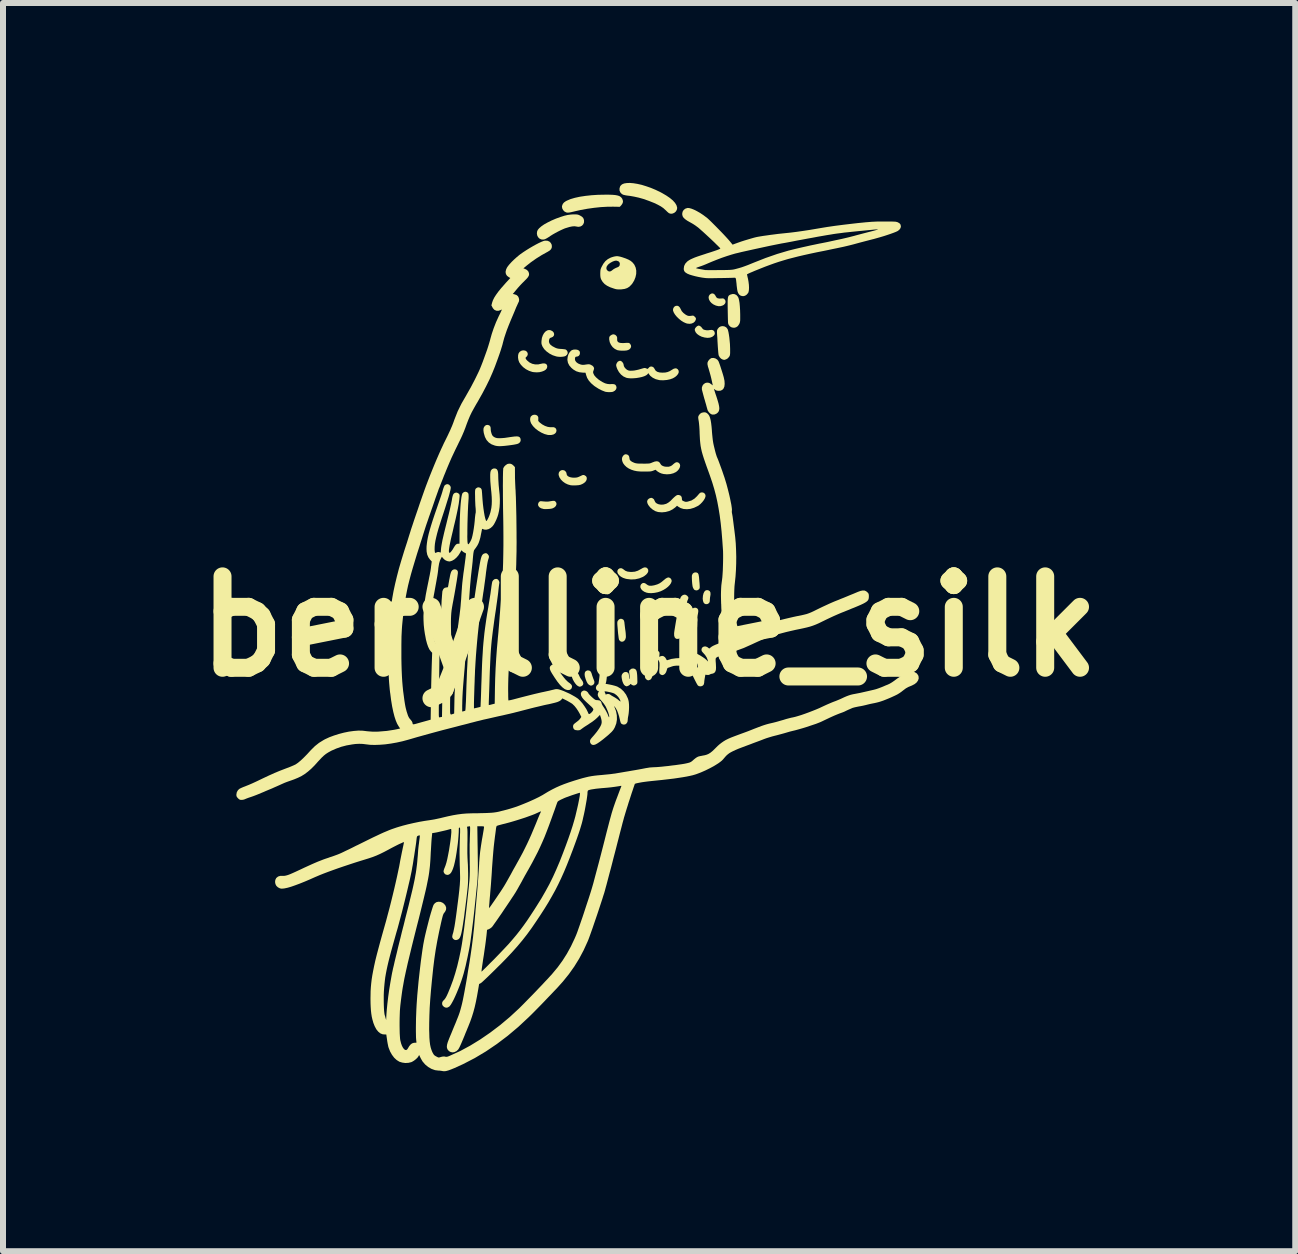
<source format=kicad_pcb>
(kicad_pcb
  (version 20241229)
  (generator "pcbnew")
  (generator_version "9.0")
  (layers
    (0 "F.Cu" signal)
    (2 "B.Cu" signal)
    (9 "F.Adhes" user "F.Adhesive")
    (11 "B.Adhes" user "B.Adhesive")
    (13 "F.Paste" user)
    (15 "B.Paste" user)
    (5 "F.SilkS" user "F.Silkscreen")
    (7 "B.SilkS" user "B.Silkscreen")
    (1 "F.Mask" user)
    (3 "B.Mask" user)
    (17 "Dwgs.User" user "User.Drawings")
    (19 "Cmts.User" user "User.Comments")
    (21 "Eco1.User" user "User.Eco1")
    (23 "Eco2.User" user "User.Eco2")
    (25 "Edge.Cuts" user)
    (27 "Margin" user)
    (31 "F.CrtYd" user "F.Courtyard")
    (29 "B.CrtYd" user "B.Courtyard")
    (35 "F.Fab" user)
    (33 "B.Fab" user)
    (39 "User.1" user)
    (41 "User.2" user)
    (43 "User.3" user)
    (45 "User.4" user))
  (footprint "berylline_silk"
    (layer "F.Cu")
    (at 7.772 7.394)
    (property "Reference" "berylline_silk" (at 0 0 0) (layer "F.SilkS") (effects (font (size 1.524 1.524) (thickness 0.3))))
    (attr board_only exclude_from_pos_files exclude_from_bom)
    (fp_poly (pts (xy 0.991 -0.601) (xy 1.012 -0.587) (xy 1.023 -0.564) (xy 1.024 -0.532) (xy 1.021 -0.512) (xy 1.016 -0.482) (xy 1.013 -0.452) (xy 1.013 -0.439) (xy 1.011 -0.414) (xy 1.004 -0.397) (xy 0.996 -0.387) (xy 0.973 -0.373) (xy 0.947 -0.371) (xy 0.927 -0.378) (xy 0.91 -0.395) (xy 0.899 -0.424) (xy 0.894 -0.46) (xy 0.894 -0.466) (xy 0.898 -0.514) (xy 0.908 -0.553) (xy 0.923 -0.582) (xy 0.942 -0.6) (xy 0.966 -0.606)) (stroke (width 0) (type solid)) (fill yes) (layer "F.SilkS"))
    (fp_poly (pts (xy -1.206 0.766) (xy -1.187 0.78) (xy -1.172 0.806) (xy -1.164 0.824) (xy -1.153 0.848) (xy -1.137 0.874) (xy -1.125 0.89) (xy -1.105 0.921) (xy -1.097 0.948) (xy -1.101 0.972) (xy -1.118 0.991) (xy -1.134 0.999) (xy -1.15 1.004) (xy -1.161 1.005) (xy -1.174 1) (xy -1.188 0.993) (xy -1.209 0.977) (xy -1.231 0.951) (xy -1.252 0.92) (xy -1.27 0.887) (xy -1.283 0.855) (xy -1.289 0.827) (xy -1.289 0.811) (xy -1.276 0.784) (xy -1.255 0.767) (xy -1.229 0.761)) (stroke (width 0) (type solid)) (fill yes) (layer "F.SilkS"))
    (fp_poly (pts (xy -0.993 0.738) (xy -0.973 0.753) (xy -0.96 0.78) (xy -0.957 0.791) (xy -0.95 0.814) (xy -0.94 0.843) (xy -0.933 0.863) (xy -0.923 0.888) (xy -0.915 0.91) (xy -0.912 0.922) (xy -0.913 0.946) (xy -0.926 0.968) (xy -0.947 0.982) (xy -0.965 0.987) (xy -0.98 0.985) (xy -0.992 0.979) (xy -1.01 0.967) (xy -1.026 0.949) (xy -1.041 0.921) (xy -1.056 0.883) (xy -1.059 0.875) (xy -1.072 0.829) (xy -1.075 0.792) (xy -1.069 0.763) (xy -1.054 0.744) (xy -1.03 0.734) (xy -1.019 0.733)) (stroke (width 0) (type solid)) (fill yes) (layer "F.SilkS"))
    (fp_poly (pts (xy 1.083 -5.543) (xy 1.102 -5.522) (xy 1.107 -5.511) (xy 1.122 -5.486) (xy 1.143 -5.471) (xy 1.173 -5.466) (xy 1.199 -5.467) (xy 1.224 -5.469) (xy 1.239 -5.467) (xy 1.25 -5.461) (xy 1.256 -5.456) (xy 1.272 -5.433) (xy 1.275 -5.408) (xy 1.267 -5.384) (xy 1.247 -5.362) (xy 1.227 -5.351) (xy 1.193 -5.34) (xy 1.158 -5.339) (xy 1.119 -5.348) (xy 1.112 -5.35) (xy 1.073 -5.368) (xy 1.04 -5.392) (xy 1.015 -5.42) (xy 0.999 -5.45) (xy 0.992 -5.48) (xy 0.996 -5.509) (xy 1.012 -5.533) (xy 1.036 -5.549) (xy 1.061 -5.552)) (stroke (width 0) (type solid)) (fill yes) (layer "F.SilkS"))
    (fp_poly (pts (xy 0.796 -0.898) (xy 0.812 -0.889) (xy 0.823 -0.871) (xy 0.829 -0.843) (xy 0.833 -0.815) (xy 0.837 -0.761) (xy 0.841 -0.72) (xy 0.843 -0.688) (xy 0.844 -0.666) (xy 0.844 -0.65) (xy 0.843 -0.64) (xy 0.84 -0.632) (xy 0.837 -0.627) (xy 0.832 -0.621) (xy 0.832 -0.62) (xy 0.811 -0.605) (xy 0.787 -0.6) (xy 0.763 -0.606) (xy 0.749 -0.616) (xy 0.738 -0.634) (xy 0.728 -0.656) (xy 0.727 -0.66) (xy 0.723 -0.681) (xy 0.719 -0.711) (xy 0.716 -0.745) (xy 0.714 -0.781) (xy 0.713 -0.814) (xy 0.713 -0.84) (xy 0.715 -0.855) (xy 0.728 -0.881) (xy 0.75 -0.897) (xy 0.774 -0.901)) (stroke (width 0) (type solid)) (fill yes) (layer "F.SilkS"))
    (fp_poly (pts (xy 0.846 -5.01) (xy 0.867 -4.995) (xy 0.885 -4.973) (xy 0.891 -4.964) (xy 0.904 -4.952) (xy 0.928 -4.943) (xy 0.957 -4.938) (xy 0.989 -4.938) (xy 1.009 -4.941) (xy 1.043 -4.944) (xy 1.067 -4.938) (xy 1.084 -4.923) (xy 1.089 -4.913) (xy 1.096 -4.889) (xy 1.092 -4.868) (xy 1.079 -4.849) (xy 1.052 -4.828) (xy 1.016 -4.815) (xy 0.973 -4.811) (xy 0.925 -4.817) (xy 0.925 -4.817) (xy 0.875 -4.831) (xy 0.833 -4.852) (xy 0.799 -4.877) (xy 0.775 -4.906) (xy 0.763 -4.936) (xy 0.761 -4.95) (xy 0.767 -4.969) (xy 0.782 -4.989) (xy 0.801 -5.006) (xy 0.821 -5.015) (xy 0.828 -5.016)) (stroke (width 0) (type solid)) (fill yes) (layer "F.SilkS"))
    (fp_poly (pts (xy -1.567 0.647) (xy -1.544 0.669) (xy -1.529 0.694) (xy -1.507 0.732) (xy -1.48 0.774) (xy -1.449 0.816) (xy -1.418 0.856) (xy -1.388 0.891) (xy -1.36 0.918) (xy -1.346 0.93) (xy -1.318 0.95) (xy -1.3 0.967) (xy -1.29 0.981) (xy -1.286 0.995) (xy -1.285 1.003) (xy -1.291 1.03) (xy -1.307 1.049) (xy -1.33 1.06) (xy -1.358 1.061) (xy -1.389 1.053) (xy -1.411 1.042) (xy -1.447 1.014) (xy -1.487 0.973) (xy -1.53 0.919) (xy -1.576 0.852) (xy -1.62 0.783) (xy -1.642 0.744) (xy -1.654 0.712) (xy -1.656 0.687) (xy -1.649 0.666) (xy -1.638 0.653) (xy -1.616 0.638) (xy -1.591 0.637)) (stroke (width 0) (type solid)) (fill yes) (layer "F.SilkS"))
    (fp_poly (pts (xy 0.789 -0.308) (xy 0.809 -0.294) (xy 0.819 -0.274) (xy 0.82 -0.245) (xy 0.815 -0.215) (xy 0.808 -0.177) (xy 0.804 -0.127) (xy 0.803 -0.08) (xy 0.802 -0.028) (xy 0.8 0.011) (xy 0.795 0.04) (xy 0.788 0.061) (xy 0.779 0.075) (xy 0.775 0.079) (xy 0.753 0.089) (xy 0.728 0.09) (xy 0.706 0.082) (xy 0.699 0.077) (xy 0.686 0.059) (xy 0.68 0.045) (xy 0.679 0.029) (xy 0.678 0.003) (xy 0.678 -0.032) (xy 0.679 -0.071) (xy 0.681 -0.112) (xy 0.683 -0.152) (xy 0.686 -0.188) (xy 0.689 -0.218) (xy 0.692 -0.235) (xy 0.704 -0.27) (xy 0.723 -0.295) (xy 0.746 -0.31) (xy 0.773 -0.312)) (stroke (width 0) (type solid)) (fill yes) (layer "F.SilkS"))
    (fp_poly (pts (xy -0.046 -0.981) (xy -0.029 -0.969) (xy -0.015 -0.945) (xy -0.014 -0.919) (xy -0.025 -0.892) (xy -0.048 -0.865) (xy -0.081 -0.839) (xy -0.103 -0.826) (xy -0.164 -0.801) (xy -0.232 -0.786) (xy -0.302 -0.783) (xy -0.372 -0.791) (xy -0.393 -0.796) (xy -0.435 -0.81) (xy -0.471 -0.83) (xy -0.499 -0.854) (xy -0.519 -0.879) (xy -0.529 -0.905) (xy -0.528 -0.93) (xy -0.515 -0.952) (xy -0.514 -0.954) (xy -0.49 -0.969) (xy -0.464 -0.971) (xy -0.437 -0.959) (xy -0.422 -0.947) (xy -0.394 -0.927) (xy -0.359 -0.914) (xy -0.315 -0.909) (xy -0.292 -0.908) (xy -0.237 -0.913) (xy -0.187 -0.929) (xy -0.136 -0.957) (xy -0.136 -0.957) (xy -0.1 -0.977) (xy -0.071 -0.985)) (stroke (width 0) (type solid)) (fill yes) (layer "F.SilkS"))
    (fp_poly (pts (xy -1.579 -2.093) (xy -1.57 -2.089) (xy -1.561 -2.082) (xy -1.561 -2.081) (xy -1.546 -2.06) (xy -1.544 -2.036) (xy -1.553 -2.012) (xy -1.571 -1.99) (xy -1.599 -1.973) (xy -1.615 -1.967) (xy -1.637 -1.962) (xy -1.665 -1.959) (xy -1.697 -1.957) (xy -1.727 -1.956) (xy -1.752 -1.957) (xy -1.764 -1.959) (xy -1.776 -1.963) (xy -1.79 -1.966) (xy -1.807 -1.973) (xy -1.827 -1.986) (xy -1.83 -1.988) (xy -1.847 -2.01) (xy -1.852 -2.036) (xy -1.845 -2.06) (xy -1.834 -2.075) (xy -1.824 -2.083) (xy -1.815 -2.087) (xy -1.802 -2.088) (xy -1.781 -2.086) (xy -1.761 -2.084) (xy -1.721 -2.081) (xy -1.685 -2.081) (xy -1.672 -2.083) (xy -1.635 -2.089) (xy -1.609 -2.093) (xy -1.591 -2.094)) (stroke (width 0) (type solid)) (fill yes) (layer "F.SilkS"))
    (fp_poly (pts (xy 0.494 -5.337) (xy 0.514 -5.315) (xy 0.526 -5.292) (xy 0.544 -5.257) (xy 0.573 -5.225) (xy 0.609 -5.198) (xy 0.623 -5.19) (xy 0.647 -5.179) (xy 0.67 -5.176) (xy 0.697 -5.178) (xy 0.71 -5.18) (xy 0.73 -5.182) (xy 0.743 -5.179) (xy 0.757 -5.167) (xy 0.762 -5.163) (xy 0.776 -5.147) (xy 0.781 -5.133) (xy 0.78 -5.119) (xy 0.767 -5.089) (xy 0.744 -5.066) (xy 0.713 -5.051) (xy 0.677 -5.045) (xy 0.636 -5.049) (xy 0.615 -5.055) (xy 0.575 -5.073) (xy 0.535 -5.098) (xy 0.497 -5.129) (xy 0.462 -5.163) (xy 0.433 -5.198) (xy 0.412 -5.232) (xy 0.4 -5.263) (xy 0.398 -5.278) (xy 0.404 -5.306) (xy 0.419 -5.329) (xy 0.441 -5.343) (xy 0.469 -5.347)) (stroke (width 0) (type solid)) (fill yes) (layer "F.SilkS"))
    (fp_poly (pts (xy -0.779 -0.911) (xy -0.758 -0.898) (xy -0.746 -0.884) (xy -0.741 -0.874) (xy -0.74 -0.873) (xy -0.738 -0.864) (xy -0.731 -0.845) (xy -0.72 -0.819) (xy -0.708 -0.791) (xy -0.685 -0.735) (xy -0.666 -0.685) (xy -0.652 -0.642) (xy -0.643 -0.608) (xy -0.64 -0.585) (xy -0.64 -0.578) (xy -0.651 -0.555) (xy -0.671 -0.54) (xy -0.696 -0.534) (xy -0.722 -0.539) (xy -0.728 -0.542) (xy -0.738 -0.547) (xy -0.745 -0.554) (xy -0.752 -0.564) (xy -0.76 -0.579) (xy -0.769 -0.602) (xy -0.781 -0.634) (xy -0.792 -0.665) (xy -0.806 -0.702) (xy -0.82 -0.74) (xy -0.832 -0.772) (xy -0.841 -0.795) (xy -0.852 -0.825) (xy -0.856 -0.848) (xy -0.855 -0.863) (xy -0.845 -0.889) (xy -0.826 -0.906) (xy -0.803 -0.914)) (stroke (width 0) (type solid)) (fill yes) (layer "F.SilkS"))
    (fp_poly (pts (xy -0.647 0.09) (xy -0.627 0.108) (xy -0.617 0.13) (xy -0.616 0.144) (xy -0.615 0.168) (xy -0.616 0.201) (xy -0.617 0.238) (xy -0.618 0.276) (xy -0.62 0.314) (xy -0.622 0.346) (xy -0.624 0.371) (xy -0.626 0.382) (xy -0.637 0.41) (xy -0.655 0.43) (xy -0.679 0.439) (xy -0.686 0.44) (xy -0.705 0.438) (xy -0.718 0.435) (xy -0.718 0.435) (xy -0.727 0.427) (xy -0.737 0.412) (xy -0.737 0.411) (xy -0.741 0.402) (xy -0.744 0.39) (xy -0.745 0.374) (xy -0.745 0.351) (xy -0.744 0.318) (xy -0.742 0.274) (xy -0.741 0.262) (xy -0.738 0.207) (xy -0.734 0.165) (xy -0.728 0.133) (xy -0.721 0.111) (xy -0.712 0.096) (xy -0.699 0.088) (xy -0.683 0.085) (xy -0.672 0.084)) (stroke (width 0) (type solid)) (fill yes) (layer "F.SilkS"))
    (fp_poly (pts (xy -0.454 -0.126) (xy -0.431 -0.113) (xy -0.425 -0.107) (xy -0.418 -0.093) (xy -0.412 -0.069) (xy -0.41 -0.049) (xy -0.407 -0.023) (xy -0.403 0.012) (xy -0.398 0.051) (xy -0.394 0.077) (xy -0.39 0.112) (xy -0.388 0.145) (xy -0.387 0.173) (xy -0.388 0.187) (xy -0.397 0.217) (xy -0.414 0.24) (xy -0.435 0.253) (xy -0.459 0.255) (xy -0.475 0.25) (xy -0.491 0.236) (xy -0.501 0.223) (xy -0.504 0.211) (xy -0.508 0.188) (xy -0.512 0.155) (xy -0.517 0.116) (xy -0.521 0.072) (xy -0.521 0.068) (xy -0.525 0.02) (xy -0.528 -0.015) (xy -0.53 -0.041) (xy -0.53 -0.06) (xy -0.529 -0.073) (xy -0.527 -0.082) (xy -0.523 -0.091) (xy -0.521 -0.094) (xy -0.502 -0.117) (xy -0.479 -0.127)) (stroke (width 0) (type solid)) (fill yes) (layer "F.SilkS"))
    (fp_poly (pts (xy -1.888 -3.527) (xy -1.882 -3.525) (xy -1.859 -3.51) (xy -1.848 -3.489) (xy -1.847 -3.459) (xy -1.847 -3.455) (xy -1.849 -3.437) (xy -1.846 -3.424) (xy -1.836 -3.412) (xy -1.824 -3.4) (xy -1.782 -3.368) (xy -1.736 -3.343) (xy -1.69 -3.327) (xy -1.647 -3.321) (xy -1.628 -3.322) (xy -1.593 -3.322) (xy -1.567 -3.312) (xy -1.55 -3.293) (xy -1.544 -3.266) (xy -1.544 -3.265) (xy -1.55 -3.238) (xy -1.568 -3.216) (xy -1.595 -3.2) (xy -1.63 -3.192) (xy -1.671 -3.191) (xy -1.689 -3.193) (xy -1.742 -3.207) (xy -1.796 -3.231) (xy -1.848 -3.262) (xy -1.896 -3.299) (xy -1.936 -3.34) (xy -1.965 -3.382) (xy -1.969 -3.39) (xy -1.981 -3.424) (xy -1.984 -3.458) (xy -1.978 -3.487) (xy -1.97 -3.502) (xy -1.947 -3.521) (xy -1.918 -3.53)) (stroke (width 0) (type solid)) (fill yes) (layer "F.SilkS"))
    (fp_poly (pts (xy -0.564 -4.861) (xy -0.548 -4.847) (xy -0.536 -4.829) (xy -0.532 -4.811) (xy -0.533 -4.795) (xy -0.532 -4.767) (xy -0.523 -4.747) (xy -0.504 -4.733) (xy -0.474 -4.726) (xy -0.433 -4.724) (xy -0.401 -4.726) (xy -0.371 -4.728) (xy -0.35 -4.728) (xy -0.338 -4.726) (xy -0.328 -4.722) (xy -0.32 -4.714) (xy -0.318 -4.713) (xy -0.303 -4.689) (xy -0.3 -4.664) (xy -0.309 -4.64) (xy -0.329 -4.619) (xy -0.35 -4.608) (xy -0.375 -4.601) (xy -0.409 -4.598) (xy -0.448 -4.597) (xy -0.486 -4.599) (xy -0.52 -4.604) (xy -0.532 -4.607) (xy -0.572 -4.627) (xy -0.608 -4.657) (xy -0.636 -4.695) (xy -0.656 -4.738) (xy -0.665 -4.783) (xy -0.665 -4.789) (xy -0.665 -4.813) (xy -0.661 -4.829) (xy -0.653 -4.841) (xy -0.644 -4.849) (xy -0.617 -4.866) (xy -0.589 -4.87)) (stroke (width 0) (type solid)) (fill yes) (layer "F.SilkS"))
    (fp_poly (pts (xy 0.341 -0.812) (xy 0.36 -0.799) (xy 0.363 -0.795) (xy 0.375 -0.773) (xy 0.375 -0.748) (xy 0.364 -0.72) (xy 0.344 -0.691) (xy 0.316 -0.662) (xy 0.281 -0.634) (xy 0.24 -0.609) (xy 0.195 -0.587) (xy 0.147 -0.571) (xy 0.143 -0.57) (xy 0.093 -0.56) (xy 0.042 -0.555) (xy -0.005 -0.556) (xy -0.042 -0.563) (xy -0.08 -0.578) (xy -0.11 -0.598) (xy -0.132 -0.622) (xy -0.145 -0.649) (xy -0.146 -0.675) (xy -0.136 -0.699) (xy -0.128 -0.708) (xy -0.107 -0.723) (xy -0.084 -0.725) (xy -0.059 -0.715) (xy -0.042 -0.702) (xy -0.018 -0.686) (xy 0.009 -0.678) (xy 0.041 -0.678) (xy 0.082 -0.685) (xy 0.094 -0.688) (xy 0.137 -0.701) (xy 0.172 -0.717) (xy 0.204 -0.738) (xy 0.24 -0.767) (xy 0.24 -0.768) (xy 0.273 -0.795) (xy 0.3 -0.811) (xy 0.322 -0.817)) (stroke (width 0) (type solid)) (fill yes) (layer "F.SilkS"))
    (fp_poly (pts (xy -2.069 -4.599) (xy -2.054 -4.593) (xy -2.034 -4.576) (xy -2.024 -4.553) (xy -2.024 -4.528) (xy -2.035 -4.505) (xy -2.047 -4.494) (xy -2.058 -4.483) (xy -2.059 -4.47) (xy -2.05 -4.453) (xy -2.035 -4.435) (xy -1.996 -4.402) (xy -1.949 -4.379) (xy -1.898 -4.368) (xy -1.846 -4.369) (xy -1.815 -4.376) (xy -1.771 -4.385) (xy -1.738 -4.384) (xy -1.715 -4.374) (xy -1.701 -4.354) (xy -1.698 -4.33) (xy -1.704 -4.305) (xy -1.722 -4.282) (xy -1.75 -4.263) (xy -1.786 -4.249) (xy -1.828 -4.239) (xy -1.873 -4.236) (xy -1.92 -4.239) (xy -1.947 -4.243) (xy -2.001 -4.261) (xy -2.053 -4.288) (xy -2.1 -4.323) (xy -2.138 -4.363) (xy -2.166 -4.405) (xy -2.166 -4.405) (xy -2.179 -4.442) (xy -2.185 -4.482) (xy -2.184 -4.52) (xy -2.177 -4.55) (xy -2.159 -4.577) (xy -2.132 -4.595) (xy -2.101 -4.603)) (stroke (width 0) (type solid)) (fill yes) (layer "F.SilkS"))
    (fp_poly (pts (xy -1.413 -2.601) (xy -1.395 -2.587) (xy -1.379 -2.563) (xy -1.376 -2.546) (xy -1.37 -2.522) (xy -1.351 -2.503) (xy -1.321 -2.489) (xy -1.281 -2.481) (xy -1.249 -2.48) (xy -1.22 -2.481) (xy -1.197 -2.485) (xy -1.174 -2.493) (xy -1.148 -2.505) (xy -1.123 -2.517) (xy -1.106 -2.524) (xy -1.094 -2.525) (xy -1.083 -2.523) (xy -1.074 -2.519) (xy -1.051 -2.504) (xy -1.04 -2.482) (xy -1.039 -2.457) (xy -1.048 -2.431) (xy -1.066 -2.406) (xy -1.093 -2.386) (xy -1.116 -2.373) (xy -1.138 -2.364) (xy -1.146 -2.361) (xy -1.175 -2.355) (xy -1.213 -2.352) (xy -1.254 -2.351) (xy -1.291 -2.352) (xy -1.308 -2.354) (xy -1.355 -2.367) (xy -1.399 -2.388) (xy -1.438 -2.416) (xy -1.47 -2.448) (xy -1.494 -2.484) (xy -1.507 -2.521) (xy -1.509 -2.54) (xy -1.503 -2.568) (xy -1.487 -2.59) (xy -1.465 -2.603) (xy -1.44 -2.607)) (stroke (width 0) (type solid)) (fill yes) (layer "F.SilkS"))
    (fp_poly (pts (xy 1.429 -5.539) (xy 1.458 -5.523) (xy 1.481 -5.496) (xy 1.491 -5.475) (xy 1.5 -5.44) (xy 1.508 -5.394) (xy 1.513 -5.337) (xy 1.517 -5.271) (xy 1.519 -5.197) (xy 1.519 -5.194) (xy 1.519 -5.15) (xy 1.519 -5.118) (xy 1.518 -5.094) (xy 1.515 -5.077) (xy 1.512 -5.064) (xy 1.507 -5.051) (xy 1.502 -5.04) (xy 1.479 -5.007) (xy 1.45 -4.987) (xy 1.417 -4.979) (xy 1.382 -4.984) (xy 1.38 -4.984) (xy 1.35 -5.001) (xy 1.328 -5.025) (xy 1.317 -5.054) (xy 1.317 -5.054) (xy 1.316 -5.066) (xy 1.315 -5.091) (xy 1.314 -5.125) (xy 1.313 -5.167) (xy 1.312 -5.215) (xy 1.311 -5.267) (xy 1.311 -5.274) (xy 1.31 -5.338) (xy 1.31 -5.389) (xy 1.31 -5.43) (xy 1.312 -5.461) (xy 1.315 -5.484) (xy 1.32 -5.501) (xy 1.327 -5.513) (xy 1.337 -5.522) (xy 1.349 -5.529) (xy 1.361 -5.534) (xy 1.396 -5.543)) (stroke (width 0) (type solid)) (fill yes) (layer "F.SilkS"))
    (fp_poly (pts (xy -0.667 -7.198) (xy -0.61 -7.196) (xy -0.564 -7.192) (xy -0.527 -7.185) (xy -0.498 -7.176) (xy -0.477 -7.163) (xy -0.46 -7.147) (xy -0.447 -7.128) (xy -0.445 -7.123) (xy -0.435 -7.091) (xy -0.44 -7.059) (xy -0.459 -7.028) (xy -0.464 -7.022) (xy -0.488 -6.996) (xy -0.6 -6.998) (xy -0.698 -6.997) (xy -0.806 -6.991) (xy -0.918 -6.979) (xy -1.031 -6.963) (xy -1.141 -6.943) (xy -1.226 -6.924) (xy -1.272 -6.913) (xy -1.306 -6.905) (xy -1.332 -6.901) (xy -1.351 -6.899) (xy -1.366 -6.899) (xy -1.379 -6.902) (xy -1.381 -6.903) (xy -1.41 -6.917) (xy -1.433 -6.941) (xy -1.448 -6.969) (xy -1.453 -7) (xy -1.45 -7.015) (xy -1.439 -7.044) (xy -1.419 -7.068) (xy -1.388 -7.09) (xy -1.368 -7.1) (xy -1.309 -7.125) (xy -1.237 -7.146) (xy -1.154 -7.164) (xy -1.061 -7.178) (xy -0.96 -7.189) (xy -0.852 -7.196) (xy -0.738 -7.198) (xy -0.737 -7.198)) (stroke (width 0) (type solid)) (fill yes) (layer "F.SilkS"))
    (fp_poly (pts (xy 0.611 -0.527) (xy 0.636 -0.511) (xy 0.636 -0.51) (xy 0.651 -0.492) (xy 0.656 -0.475) (xy 0.65 -0.454) (xy 0.643 -0.438) (xy 0.638 -0.427) (xy 0.633 -0.408) (xy 0.627 -0.381) (xy 0.621 -0.345) (xy 0.613 -0.298) (xy 0.604 -0.24) (xy 0.593 -0.169) (xy 0.59 -0.145) (xy 0.581 -0.084) (xy 0.572 -0.027) (xy 0.565 0.025) (xy 0.558 0.069) (xy 0.552 0.106) (xy 0.547 0.132) (xy 0.545 0.147) (xy 0.544 0.148) (xy 0.531 0.177) (xy 0.511 0.197) (xy 0.487 0.208) (xy 0.46 0.208) (xy 0.445 0.202) (xy 0.427 0.183) (xy 0.418 0.154) (xy 0.417 0.114) (xy 0.419 0.096) (xy 0.424 0.061) (xy 0.431 0.018) (xy 0.439 -0.031) (xy 0.448 -0.085) (xy 0.458 -0.142) (xy 0.468 -0.2) (xy 0.479 -0.256) (xy 0.488 -0.31) (xy 0.498 -0.36) (xy 0.506 -0.403) (xy 0.513 -0.437) (xy 0.518 -0.462) (xy 0.521 -0.474) (xy 0.538 -0.503) (xy 0.56 -0.521) (xy 0.585 -0.53)) (stroke (width 0) (type solid)) (fill yes) (layer "F.SilkS"))
    (fp_poly (pts (xy 1.259 -5.001) (xy 1.287 -4.985) (xy 1.308 -4.958) (xy 1.309 -4.957) (xy 1.316 -4.936) (xy 1.324 -4.903) (xy 1.331 -4.862) (xy 1.338 -4.814) (xy 1.343 -4.762) (xy 1.348 -4.709) (xy 1.35 -4.657) (xy 1.351 -4.625) (xy 1.351 -4.585) (xy 1.351 -4.556) (xy 1.349 -4.535) (xy 1.347 -4.521) (xy 1.342 -4.509) (xy 1.336 -4.498) (xy 1.335 -4.496) (xy 1.312 -4.47) (xy 1.29 -4.456) (xy 1.269 -4.448) (xy 1.255 -4.444) (xy 1.241 -4.446) (xy 1.226 -4.45) (xy 1.2 -4.464) (xy 1.177 -4.488) (xy 1.161 -4.517) (xy 1.16 -4.52) (xy 1.157 -4.535) (xy 1.154 -4.562) (xy 1.151 -4.596) (xy 1.148 -4.635) (xy 1.146 -4.663) (xy 1.143 -4.71) (xy 1.14 -4.76) (xy 1.138 -4.806) (xy 1.135 -4.846) (xy 1.134 -4.86) (xy 1.132 -4.894) (xy 1.132 -4.918) (xy 1.133 -4.935) (xy 1.137 -4.947) (xy 1.143 -4.958) (xy 1.145 -4.962) (xy 1.168 -4.988) (xy 1.197 -5.003) (xy 1.228 -5.007)) (stroke (width 0) (type solid)) (fill yes) (layer "F.SilkS"))
    (fp_poly (pts (xy -1.203 -6.868) (xy -1.185 -6.865) (xy -1.167 -6.858) (xy -1.152 -6.851) (xy -1.119 -6.831) (xy -1.098 -6.809) (xy -1.087 -6.781) (xy -1.085 -6.772) (xy -1.085 -6.737) (xy -1.097 -6.706) (xy -1.118 -6.682) (xy -1.147 -6.667) (xy -1.18 -6.662) (xy -1.21 -6.667) (xy -1.243 -6.672) (xy -1.283 -6.669) (xy -1.332 -6.659) (xy -1.39 -6.641) (xy -1.41 -6.634) (xy -1.44 -6.621) (xy -1.479 -6.603) (xy -1.521 -6.582) (xy -1.564 -6.559) (xy -1.603 -6.537) (xy -1.635 -6.517) (xy -1.643 -6.512) (xy -1.683 -6.485) (xy -1.714 -6.467) (xy -1.739 -6.455) (xy -1.761 -6.45) (xy -1.782 -6.45) (xy -1.799 -6.453) (xy -1.829 -6.467) (xy -1.852 -6.491) (xy -1.866 -6.521) (xy -1.871 -6.555) (xy -1.866 -6.589) (xy -1.855 -6.612) (xy -1.832 -6.64) (xy -1.797 -6.67) (xy -1.751 -6.702) (xy -1.694 -6.734) (xy -1.63 -6.766) (xy -1.558 -6.797) (xy -1.548 -6.801) (xy -1.476 -6.827) (xy -1.413 -6.847) (xy -1.357 -6.86) (xy -1.305 -6.867) (xy -1.261 -6.87) (xy -1.227 -6.87)) (stroke (width 0) (type solid)) (fill yes) (layer "F.SilkS"))
    (fp_poly (pts (xy -0.261 -7.389) (xy -0.194 -7.378) (xy -0.123 -7.362) (xy -0.049 -7.339) (xy 0.029 -7.312) (xy 0.108 -7.279) (xy 0.187 -7.241) (xy 0.217 -7.225) (xy 0.287 -7.184) (xy 0.347 -7.143) (xy 0.396 -7.102) (xy 0.432 -7.062) (xy 0.456 -7.023) (xy 0.467 -6.986) (xy 0.468 -6.975) (xy 0.462 -6.945) (xy 0.446 -6.918) (xy 0.422 -6.897) (xy 0.394 -6.884) (xy 0.364 -6.88) (xy 0.335 -6.888) (xy 0.332 -6.889) (xy 0.321 -6.898) (xy 0.303 -6.913) (xy 0.282 -6.934) (xy 0.272 -6.943) (xy 0.238 -6.974) (xy 0.196 -7.003) (xy 0.145 -7.031) (xy 0.084 -7.06) (xy 0.011 -7.089) (xy -0.01 -7.097) (xy -0.095 -7.127) (xy -0.174 -7.149) (xy -0.251 -7.166) (xy -0.32 -7.178) (xy -0.362 -7.183) (xy -0.393 -7.188) (xy -0.415 -7.193) (xy -0.431 -7.197) (xy -0.443 -7.203) (xy -0.454 -7.21) (xy -0.459 -7.214) (xy -0.481 -7.238) (xy -0.493 -7.269) (xy -0.493 -7.303) (xy -0.483 -7.336) (xy -0.475 -7.348) (xy -0.452 -7.37) (xy -0.417 -7.385) (xy -0.373 -7.392) (xy -0.321 -7.394)) (stroke (width 0) (type solid)) (fill yes) (layer "F.SilkS"))
    (fp_poly (pts (xy -1.639 -4.937) (xy -1.608 -4.92) (xy -1.607 -4.919) (xy -1.589 -4.897) (xy -1.583 -4.872) (xy -1.588 -4.848) (xy -1.604 -4.829) (xy -1.628 -4.817) (xy -1.633 -4.816) (xy -1.652 -4.808) (xy -1.664 -4.791) (xy -1.669 -4.764) (xy -1.67 -4.752) (xy -1.664 -4.724) (xy -1.646 -4.698) (xy -1.616 -4.674) (xy -1.583 -4.656) (xy -1.557 -4.643) (xy -1.534 -4.635) (xy -1.511 -4.63) (xy -1.481 -4.627) (xy -1.46 -4.626) (xy -1.428 -4.623) (xy -1.406 -4.62) (xy -1.391 -4.617) (xy -1.382 -4.611) (xy -1.373 -4.602) (xy -1.372 -4.601) (xy -1.358 -4.576) (xy -1.358 -4.551) (xy -1.37 -4.528) (xy -1.392 -4.509) (xy -1.415 -4.501) (xy -1.448 -4.496) (xy -1.485 -4.494) (xy -1.522 -4.497) (xy -1.549 -4.502) (xy -1.607 -4.521) (xy -1.661 -4.549) (xy -1.708 -4.583) (xy -1.748 -4.622) (xy -1.776 -4.664) (xy -1.779 -4.671) (xy -1.789 -4.695) (xy -1.794 -4.715) (xy -1.795 -4.739) (xy -1.794 -4.76) (xy -1.787 -4.81) (xy -1.772 -4.853) (xy -1.752 -4.889) (xy -1.727 -4.917) (xy -1.699 -4.935) (xy -1.669 -4.942)) (stroke (width 0) (type solid)) (fill yes) (layer "F.SilkS"))
    (fp_poly (pts (xy -2.667 -3.353) (xy -2.656 -3.344) (xy -2.645 -3.328) (xy -2.641 -3.306) (xy -2.641 -3.293) (xy -2.638 -3.257) (xy -2.629 -3.222) (xy -2.618 -3.192) (xy -2.604 -3.173) (xy -2.585 -3.158) (xy -2.562 -3.147) (xy -2.536 -3.14) (xy -2.502 -3.138) (xy -2.461 -3.139) (xy -2.41 -3.143) (xy -2.347 -3.152) (xy -2.329 -3.155) (xy -2.278 -3.162) (xy -2.238 -3.167) (xy -2.209 -3.168) (xy -2.187 -3.167) (xy -2.171 -3.162) (xy -2.159 -3.154) (xy -2.154 -3.15) (xy -2.143 -3.128) (xy -2.141 -3.101) (xy -2.149 -3.076) (xy -2.161 -3.063) (xy -2.172 -3.054) (xy -2.185 -3.047) (xy -2.202 -3.041) (xy -2.225 -3.036) (xy -2.256 -3.03) (xy -2.297 -3.024) (xy -2.341 -3.018) (xy -2.4 -3.011) (xy -2.448 -3.007) (xy -2.487 -3.005) (xy -2.519 -3.006) (xy -2.548 -3.01) (xy -2.571 -3.015) (xy -2.627 -3.036) (xy -2.673 -3.067) (xy -2.71 -3.108) (xy -2.737 -3.159) (xy -2.755 -3.221) (xy -2.757 -3.23) (xy -2.762 -3.269) (xy -2.761 -3.298) (xy -2.754 -3.32) (xy -2.74 -3.34) (xy -2.737 -3.344) (xy -2.716 -3.357) (xy -2.691 -3.36)) (stroke (width 0) (type solid)) (fill yes) (layer "F.SilkS"))
    (fp_poly (pts (xy -0.244 0.706) (xy -0.228 0.714) (xy -0.217 0.727) (xy -0.208 0.746) (xy -0.203 0.773) (xy -0.199 0.81) (xy -0.197 0.853) (xy -0.196 0.892) (xy -0.195 0.918) (xy -0.196 0.936) (xy -0.198 0.948) (xy -0.203 0.957) (xy -0.209 0.964) (xy -0.212 0.967) (xy -0.235 0.982) (xy -0.261 0.985) (xy -0.286 0.976) (xy -0.293 0.97) (xy -0.305 0.96) (xy -0.311 0.96) (xy -0.316 0.967) (xy -0.326 0.977) (xy -0.344 0.988) (xy -0.363 0.996) (xy -0.375 0.999) (xy -0.385 0.996) (xy -0.398 0.99) (xy -0.416 0.975) (xy -0.432 0.948) (xy -0.446 0.912) (xy -0.454 0.875) (xy -0.458 0.847) (xy -0.459 0.828) (xy -0.456 0.812) (xy -0.452 0.801) (xy -0.435 0.777) (xy -0.411 0.762) (xy -0.384 0.759) (xy -0.371 0.762) (xy -0.352 0.772) (xy -0.341 0.788) (xy -0.336 0.812) (xy -0.335 0.829) (xy -0.333 0.852) (xy -0.33 0.871) (xy -0.328 0.877) (xy -0.325 0.877) (xy -0.324 0.867) (xy -0.324 0.849) (xy -0.325 0.826) (xy -0.327 0.801) (xy -0.33 0.777) (xy -0.332 0.767) (xy -0.334 0.748) (xy -0.328 0.733) (xy -0.319 0.724) (xy -0.293 0.705) (xy -0.265 0.701)) (stroke (width 0) (type solid)) (fill yes) (layer "F.SilkS"))
    (fp_poly (pts (xy -0.52 -6.172) (xy -0.483 -6.165) (xy -0.445 -6.154) (xy -0.387 -6.134) (xy -0.341 -6.114) (xy -0.305 -6.093) (xy -0.276 -6.068) (xy -0.252 -6.039) (xy -0.245 -6.029) (xy -0.224 -5.983) (xy -0.214 -5.932) (xy -0.215 -5.877) (xy -0.227 -5.822) (xy -0.249 -5.767) (xy -0.28 -5.716) (xy -0.297 -5.696) (xy -0.33 -5.663) (xy -0.366 -5.641) (xy -0.408 -5.627) (xy -0.459 -5.62) (xy -0.469 -5.619) (xy -0.506 -5.619) (xy -0.534 -5.62) (xy -0.561 -5.625) (xy -0.587 -5.633) (xy -0.65 -5.655) (xy -0.701 -5.68) (xy -0.741 -5.708) (xy -0.773 -5.742) (xy -0.797 -5.781) (xy -0.805 -5.8) (xy -0.81 -5.819) (xy -0.813 -5.843) (xy -0.814 -5.874) (xy -0.814 -5.882) (xy -0.813 -5.915) (xy -0.811 -5.939) (xy -0.807 -5.959) (xy -0.801 -5.973) (xy -0.713 -5.973) (xy -0.706 -5.947) (xy -0.695 -5.934) (xy -0.673 -5.919) (xy -0.649 -5.918) (xy -0.624 -5.931) (xy -0.612 -5.941) (xy -0.591 -5.957) (xy -0.564 -5.972) (xy -0.544 -5.981) (xy -0.519 -5.991) (xy -0.504 -6.001) (xy -0.494 -6.013) (xy -0.492 -6.019) (xy -0.487 -6.046) (xy -0.494 -6.07) (xy -0.511 -6.088) (xy -0.538 -6.097) (xy -0.552 -6.099) (xy -0.579 -6.094) (xy -0.61 -6.082) (xy -0.643 -6.064) (xy -0.672 -6.043) (xy -0.688 -6.028) (xy -0.707 -6) (xy -0.713 -5.973) (xy -0.801 -5.973) (xy -0.799 -5.979) (xy -0.792 -5.994) (xy -0.762 -6.048) (xy -0.728 -6.091) (xy -0.689 -6.123) (xy -0.644 -6.147) (xy -0.626 -6.154) (xy -0.586 -6.166) (xy -0.552 -6.172)) (stroke (width 0) (type solid)) (fill yes) (layer "F.SilkS"))
    (fp_poly (pts (xy -0.378 -2.869) (xy -0.351 -2.859) (xy -0.335 -2.839) (xy -0.328 -2.81) (xy -0.328 -2.807) (xy -0.324 -2.783) (xy -0.31 -2.763) (xy -0.285 -2.745) (xy -0.252 -2.73) (xy -0.236 -2.724) (xy -0.219 -2.72) (xy -0.2 -2.717) (xy -0.175 -2.715) (xy -0.142 -2.715) (xy -0.101 -2.714) (xy -0.059 -2.714) (xy -0.028 -2.715) (xy -0.005 -2.716) (xy 0.012 -2.718) (xy 0.027 -2.723) (xy 0.041 -2.728) (xy 0.052 -2.733) (xy 0.095 -2.749) (xy 0.131 -2.754) (xy 0.159 -2.746) (xy 0.18 -2.727) (xy 0.189 -2.71) (xy 0.204 -2.69) (xy 0.23 -2.674) (xy 0.264 -2.664) (xy 0.295 -2.662) (xy 0.329 -2.663) (xy 0.356 -2.671) (xy 0.381 -2.685) (xy 0.406 -2.707) (xy 0.434 -2.729) (xy 0.458 -2.738) (xy 0.48 -2.735) (xy 0.499 -2.724) (xy 0.513 -2.704) (xy 0.518 -2.679) (xy 0.512 -2.651) (xy 0.497 -2.622) (xy 0.473 -2.594) (xy 0.448 -2.574) (xy 0.404 -2.553) (xy 0.353 -2.54) (xy 0.297 -2.536) (xy 0.242 -2.541) (xy 0.206 -2.55) (xy 0.177 -2.562) (xy 0.149 -2.578) (xy 0.135 -2.588) (xy 0.107 -2.612) (xy 0.069 -2.597) (xy 0.053 -2.591) (xy 0.037 -2.587) (xy 0.017 -2.584) (xy -0.008 -2.583) (xy -0.042 -2.582) (xy -0.08 -2.582) (xy -0.147 -2.583) (xy -0.203 -2.588) (xy -0.251 -2.598) (xy -0.294 -2.612) (xy -0.335 -2.631) (xy -0.336 -2.631) (xy -0.377 -2.658) (xy -0.41 -2.69) (xy -0.434 -2.723) (xy -0.448 -2.758) (xy -0.453 -2.792) (xy -0.447 -2.823) (xy -0.429 -2.849) (xy -0.426 -2.853) (xy -0.408 -2.866) (xy -0.393 -2.87)) (stroke (width 0) (type solid)) (fill yes) (layer "F.SilkS"))
    (fp_poly (pts (xy 0.904 -2.231) (xy 0.926 -2.216) (xy 0.94 -2.192) (xy 0.94 -2.19) (xy 0.94 -2.165) (xy 0.93 -2.136) (xy 0.911 -2.104) (xy 0.886 -2.072) (xy 0.856 -2.041) (xy 0.824 -2.015) (xy 0.808 -2.006) (xy 0.749 -1.978) (xy 0.689 -1.96) (xy 0.631 -1.954) (xy 0.575 -1.958) (xy 0.526 -1.973) (xy 0.484 -1.998) (xy 0.466 -2.012) (xy 0.435 -1.983) (xy 0.389 -1.95) (xy 0.335 -1.924) (xy 0.275 -1.908) (xy 0.213 -1.902) (xy 0.153 -1.907) (xy 0.148 -1.908) (xy 0.104 -1.922) (xy 0.06 -1.948) (xy 0.019 -1.983) (xy 0.014 -1.989) (xy -0.014 -2.025) (xy -0.029 -2.057) (xy -0.033 -2.086) (xy -0.024 -2.111) (xy -0.004 -2.13) (xy 0.003 -2.134) (xy 0.024 -2.142) (xy 0.039 -2.144) (xy 0.055 -2.138) (xy 0.063 -2.134) (xy 0.081 -2.119) (xy 0.091 -2.096) (xy 0.105 -2.069) (xy 0.129 -2.049) (xy 0.161 -2.036) (xy 0.199 -2.03) (xy 0.24 -2.032) (xy 0.281 -2.043) (xy 0.291 -2.047) (xy 0.322 -2.065) (xy 0.355 -2.091) (xy 0.366 -2.102) (xy 0.399 -2.136) (xy 0.426 -2.161) (xy 0.447 -2.178) (xy 0.464 -2.188) (xy 0.48 -2.192) (xy 0.496 -2.191) (xy 0.499 -2.191) (xy 0.526 -2.18) (xy 0.542 -2.16) (xy 0.547 -2.131) (xy 0.547 -2.129) (xy 0.548 -2.112) (xy 0.553 -2.101) (xy 0.565 -2.093) (xy 0.577 -2.088) (xy 0.597 -2.08) (xy 0.614 -2.077) (xy 0.635 -2.079) (xy 0.648 -2.082) (xy 0.707 -2.1) (xy 0.757 -2.131) (xy 0.801 -2.173) (xy 0.804 -2.177) (xy 0.823 -2.199) (xy 0.839 -2.217) (xy 0.851 -2.228) (xy 0.853 -2.229) (xy 0.879 -2.235)) (stroke (width 0) (type solid)) (fill yes) (layer "F.SilkS"))
    (fp_poly (pts (xy -1.202 -4.614) (xy -1.18 -4.606) (xy -1.163 -4.592) (xy -1.155 -4.578) (xy -1.153 -4.557) (xy -1.153 -4.554) (xy -1.159 -4.528) (xy -1.175 -4.509) (xy -1.199 -4.499) (xy -1.206 -4.499) (xy -1.223 -4.496) (xy -1.232 -4.486) (xy -1.236 -4.466) (xy -1.236 -4.453) (xy -1.23 -4.428) (xy -1.211 -4.404) (xy -1.184 -4.384) (xy -1.148 -4.369) (xy -1.125 -4.363) (xy -1.104 -4.361) (xy -1.081 -4.362) (xy -1.055 -4.366) (xy -1.026 -4.37) (xy -1.006 -4.371) (xy -0.99 -4.369) (xy -0.974 -4.363) (xy -0.942 -4.345) (xy -0.923 -4.323) (xy -0.917 -4.298) (xy -0.925 -4.27) (xy -0.926 -4.268) (xy -0.933 -4.248) (xy -0.933 -4.23) (xy -0.93 -4.22) (xy -0.915 -4.188) (xy -0.887 -4.155) (xy -0.849 -4.121) (xy -0.819 -4.1) (xy -0.773 -4.072) (xy -0.733 -4.053) (xy -0.696 -4.043) (xy -0.66 -4.039) (xy -0.64 -4.04) (xy -0.604 -4.041) (xy -0.579 -4.037) (xy -0.562 -4.028) (xy -0.55 -4.011) (xy -0.548 -4.007) (xy -0.543 -3.979) (xy -0.551 -3.953) (xy -0.571 -3.93) (xy -0.601 -3.913) (xy -0.603 -3.912) (xy -0.626 -3.908) (xy -0.657 -3.906) (xy -0.691 -3.907) (xy -0.723 -3.911) (xy -0.737 -3.915) (xy -0.788 -3.935) (xy -0.843 -3.963) (xy -0.896 -3.997) (xy -0.915 -4.01) (xy -0.966 -4.054) (xy -1.005 -4.098) (xy -1.033 -4.144) (xy -1.05 -4.192) (xy -1.06 -4.23) (xy -1.103 -4.231) (xy -1.163 -4.238) (xy -1.214 -4.254) (xy -1.26 -4.281) (xy -1.294 -4.309) (xy -1.33 -4.35) (xy -1.353 -4.395) (xy -1.362 -4.443) (xy -1.362 -4.451) (xy -1.357 -4.496) (xy -1.344 -4.538) (xy -1.323 -4.574) (xy -1.297 -4.6) (xy -1.285 -4.607) (xy -1.26 -4.615) (xy -1.231 -4.617)) (stroke (width 0) (type solid)) (fill yes) (layer "F.SilkS"))
    (fp_poly (pts (xy -0.464 -4.423) (xy -0.447 -4.408) (xy -0.433 -4.389) (xy -0.426 -4.37) (xy -0.426 -4.368) (xy -0.42 -4.339) (xy -0.403 -4.31) (xy -0.378 -4.286) (xy -0.363 -4.276) (xy -0.345 -4.268) (xy -0.329 -4.264) (xy -0.309 -4.263) (xy -0.28 -4.264) (xy -0.276 -4.264) (xy -0.252 -4.266) (xy -0.229 -4.27) (xy -0.204 -4.275) (xy -0.174 -4.282) (xy -0.137 -4.293) (xy -0.096 -4.305) (xy -0.075 -4.309) (xy -0.057 -4.306) (xy -0.046 -4.301) (xy -0.03 -4.295) (xy -0.021 -4.295) (xy -0.014 -4.303) (xy -0.011 -4.307) (xy 0.009 -4.327) (xy 0.032 -4.334) (xy 0.055 -4.33) (xy 0.077 -4.316) (xy 0.093 -4.291) (xy 0.093 -4.29) (xy 0.11 -4.263) (xy 0.137 -4.245) (xy 0.175 -4.234) (xy 0.224 -4.231) (xy 0.269 -4.233) (xy 0.307 -4.241) (xy 0.342 -4.255) (xy 0.375 -4.275) (xy 0.408 -4.295) (xy 0.436 -4.303) (xy 0.46 -4.3) (xy 0.479 -4.286) (xy 0.493 -4.263) (xy 0.494 -4.237) (xy 0.483 -4.209) (xy 0.459 -4.18) (xy 0.434 -4.159) (xy 0.397 -4.137) (xy 0.35 -4.12) (xy 0.297 -4.109) (xy 0.24 -4.104) (xy 0.185 -4.105) (xy 0.165 -4.108) (xy 0.11 -4.122) (xy 0.061 -4.146) (xy 0.021 -4.177) (xy -0.001 -4.205) (xy -0.012 -4.223) (xy -0.027 -4.204) (xy -0.048 -4.187) (xy -0.079 -4.172) (xy -0.119 -4.159) (xy -0.165 -4.149) (xy -0.214 -4.141) (xy -0.264 -4.137) (xy -0.311 -4.136) (xy -0.354 -4.14) (xy -0.381 -4.146) (xy -0.427 -4.167) (xy -0.468 -4.199) (xy -0.503 -4.241) (xy -0.53 -4.29) (xy -0.542 -4.322) (xy -0.548 -4.344) (xy -0.549 -4.36) (xy -0.545 -4.376) (xy -0.541 -4.385) (xy -0.525 -4.411) (xy -0.501 -4.426) (xy -0.481 -4.429)) (stroke (width 0) (type solid)) (fill yes) (layer "F.SilkS"))
    (fp_poly (pts (xy 1.11 -4.466) (xy 1.138 -4.447) (xy 1.156 -4.423) (xy 1.163 -4.407) (xy 1.173 -4.38) (xy 1.185 -4.346) (xy 1.198 -4.306) (xy 1.211 -4.265) (xy 1.224 -4.224) (xy 1.235 -4.187) (xy 1.244 -4.156) (xy 1.257 -4.095) (xy 1.26 -4.043) (xy 1.255 -3.999) (xy 1.241 -3.966) (xy 1.219 -3.943) (xy 1.189 -3.93) (xy 1.154 -3.928) (xy 1.127 -3.932) (xy 1.108 -3.941) (xy 1.097 -3.95) (xy 1.09 -3.956) (xy 1.086 -3.959) (xy 1.084 -3.957) (xy 1.085 -3.948) (xy 1.09 -3.931) (xy 1.098 -3.906) (xy 1.11 -3.869) (xy 1.123 -3.831) (xy 1.143 -3.767) (xy 1.158 -3.715) (xy 1.167 -3.672) (xy 1.171 -3.638) (xy 1.168 -3.61) (xy 1.161 -3.587) (xy 1.148 -3.568) (xy 1.129 -3.551) (xy 1.124 -3.548) (xy 1.094 -3.534) (xy 1.059 -3.532) (xy 1.043 -3.535) (xy 1.019 -3.549) (xy 0.996 -3.572) (xy 0.978 -3.6) (xy 0.971 -3.62) (xy 0.967 -3.636) (xy 0.959 -3.663) (xy 0.95 -3.698) (xy 0.938 -3.738) (xy 0.926 -3.782) (xy 0.924 -3.786) (xy 0.912 -3.829) (xy 0.901 -3.87) (xy 0.892 -3.904) (xy 0.885 -3.931) (xy 0.881 -3.947) (xy 0.88 -3.948) (xy 0.88 -3.983) (xy 0.891 -4.015) (xy 0.911 -4.041) (xy 0.938 -4.058) (xy 0.954 -4.063) (xy 0.984 -4.064) (xy 1.01 -4.056) (xy 1.038 -4.037) (xy 1.053 -4.024) (xy 1.059 -4.02) (xy 1.06 -4.024) (xy 1.059 -4.031) (xy 1.056 -4.046) (xy 1.051 -4.07) (xy 1.045 -4.098) (xy 1.044 -4.102) (xy 1.036 -4.138) (xy 1.025 -4.182) (xy 1.01 -4.236) (xy 0.991 -4.302) (xy 0.981 -4.332) (xy 0.973 -4.373) (xy 0.974 -4.398) (xy 0.984 -4.423) (xy 1.003 -4.448) (xy 1.026 -4.467) (xy 1.043 -4.475) (xy 1.077 -4.476)) (stroke (width 0) (type solid)) (fill yes) (layer "F.SilkS"))
    (fp_poly (pts (xy 0.669 -6.975) (xy 0.706 -6.965) (xy 0.749 -6.948) (xy 0.797 -6.924) (xy 0.848 -6.895) (xy 0.901 -6.86) (xy 0.952 -6.822) (xy 0.957 -6.819) (xy 0.977 -6.802) (xy 1.005 -6.776) (xy 1.039 -6.743) (xy 1.077 -6.705) (xy 1.119 -6.663) (xy 1.162 -6.619) (xy 1.205 -6.575) (xy 1.246 -6.532) (xy 1.284 -6.491) (xy 1.316 -6.456) (xy 1.342 -6.426) (xy 1.351 -6.415) (xy 1.392 -6.365) (xy 1.435 -6.381) (xy 1.482 -6.398) (xy 1.536 -6.417) (xy 1.592 -6.435) (xy 1.649 -6.452) (xy 1.703 -6.468) (xy 1.752 -6.482) (xy 1.793 -6.492) (xy 1.814 -6.496) (xy 1.854 -6.503) (xy 1.904 -6.511) (xy 1.962 -6.519) (xy 2.024 -6.528) (xy 2.088 -6.536) (xy 2.149 -6.544) (xy 2.206 -6.55) (xy 2.254 -6.555) (xy 2.263 -6.556) (xy 2.35 -6.565) (xy 2.447 -6.577) (xy 2.554 -6.592) (xy 2.673 -6.61) (xy 2.803 -6.632) (xy 2.85 -6.64) (xy 2.971 -6.66) (xy 3.102 -6.679) (xy 3.242 -6.697) (xy 3.394 -6.715) (xy 3.482 -6.725) (xy 3.553 -6.732) (xy 3.612 -6.738) (xy 3.663 -6.742) (xy 3.709 -6.746) (xy 3.752 -6.748) (xy 3.795 -6.75) (xy 3.842 -6.75) (xy 3.894 -6.751) (xy 3.919 -6.751) (xy 3.977 -6.751) (xy 4.023 -6.751) (xy 4.059 -6.75) (xy 4.086 -6.749) (xy 4.107 -6.748) (xy 4.122 -6.745) (xy 4.134 -6.742) (xy 4.144 -6.739) (xy 4.174 -6.722) (xy 4.192 -6.7) (xy 4.198 -6.671) (xy 4.198 -6.669) (xy 4.192 -6.642) (xy 4.175 -6.617) (xy 4.149 -6.595) (xy 4.14 -6.59) (xy 4.114 -6.578) (xy 4.076 -6.563) (xy 4.029 -6.546) (xy 3.976 -6.528) (xy 3.918 -6.509) (xy 3.858 -6.491) (xy 3.798 -6.474) (xy 3.741 -6.458) (xy 3.724 -6.454) (xy 3.67 -6.44) (xy 3.612 -6.425) (xy 3.555 -6.41) (xy 3.502 -6.396) (xy 3.458 -6.384) (xy 3.447 -6.381) (xy 3.407 -6.37) (xy 3.368 -6.36) (xy 3.328 -6.35) (xy 3.286 -6.34) (xy 3.239 -6.329) (xy 3.187 -6.318) (xy 3.126 -6.305) (xy 3.057 -6.291) (xy 2.977 -6.274) (xy 2.919 -6.262) (xy 2.793 -6.237) (xy 2.68 -6.213) (xy 2.577 -6.19) (xy 2.483 -6.168) (xy 2.397 -6.146) (xy 2.315 -6.125) (xy 2.238 -6.102) (xy 2.163 -6.079) (xy 2.088 -6.054) (xy 2.013 -6.027) (xy 1.935 -5.998) (xy 1.852 -5.965) (xy 1.763 -5.929) (xy 1.76 -5.928) (xy 1.721 -5.911) (xy 1.687 -5.897) (xy 1.659 -5.884) (xy 1.641 -5.875) (xy 1.632 -5.87) (xy 1.632 -5.87) (xy 1.634 -5.861) (xy 1.638 -5.842) (xy 1.644 -5.815) (xy 1.649 -5.795) (xy 1.658 -5.744) (xy 1.664 -5.694) (xy 1.666 -5.647) (xy 1.664 -5.607) (xy 1.658 -5.576) (xy 1.652 -5.561) (xy 1.628 -5.532) (xy 1.599 -5.513) (xy 1.567 -5.506) (xy 1.534 -5.512) (xy 1.523 -5.517) (xy 1.504 -5.531) (xy 1.489 -5.551) (xy 1.477 -5.577) (xy 1.469 -5.613) (xy 1.463 -5.66) (xy 1.46 -5.683) (xy 1.457 -5.719) (xy 1.453 -5.752) (xy 1.45 -5.778) (xy 1.447 -5.794) (xy 1.447 -5.795) (xy 1.441 -5.809) (xy 1.432 -5.814) (xy 1.418 -5.814) (xy 1.405 -5.813) (xy 1.38 -5.812) (xy 1.345 -5.811) (xy 1.302 -5.81) (xy 1.252 -5.809) (xy 1.198 -5.808) (xy 1.174 -5.808) (xy 1.111 -5.807) (xy 1.06 -5.806) (xy 1.019 -5.806) (xy 0.985 -5.806) (xy 0.958 -5.807) (xy 0.934 -5.809) (xy 0.911 -5.812) (xy 0.888 -5.815) (xy 0.87 -5.818) (xy 0.817 -5.828) (xy 0.764 -5.84) (xy 0.716 -5.853) (xy 0.674 -5.866) (xy 0.643 -5.879) (xy 0.636 -5.882) (xy 0.605 -5.902) (xy 0.586 -5.924) (xy 0.578 -5.952) (xy 0.578 -5.965) (xy 0.579 -5.974) (xy 0.782 -5.974) (xy 0.783 -5.973) (xy 0.794 -5.969) (xy 0.815 -5.964) (xy 0.842 -5.959) (xy 0.856 -5.956) (xy 0.885 -5.951) (xy 0.911 -5.946) (xy 0.929 -5.943) (xy 0.933 -5.942) (xy 0.943 -5.941) (xy 0.965 -5.941) (xy 0.998 -5.94) (xy 1.039 -5.94) (xy 1.087 -5.94) (xy 1.14 -5.941) (xy 1.163 -5.941) (xy 1.224 -5.941) (xy 1.274 -5.942) (xy 1.313 -5.943) (xy 1.344 -5.944) (xy 1.369 -5.946) (xy 1.39 -5.948) (xy 1.409 -5.951) (xy 1.427 -5.955) (xy 1.447 -5.96) (xy 1.45 -5.961) (xy 1.498 -5.974) (xy 1.545 -5.988) (xy 1.593 -6.005) (xy 1.647 -6.025) (xy 1.708 -6.05) (xy 1.75 -6.067) (xy 1.943 -6.143) (xy 2.136 -6.21) (xy 2.325 -6.266) (xy 2.361 -6.275) (xy 2.401 -6.285) (xy 2.45 -6.297) (xy 2.506 -6.31) (xy 2.567 -6.324) (xy 2.63 -6.338) (xy 2.692 -6.352) (xy 2.75 -6.364) (xy 2.802 -6.375) (xy 2.845 -6.384) (xy 2.868 -6.388) (xy 2.913 -6.397) (xy 2.968 -6.408) (xy 3.028 -6.421) (xy 3.092 -6.435) (xy 3.158 -6.449) (xy 3.222 -6.463) (xy 3.282 -6.477) (xy 3.336 -6.49) (xy 3.382 -6.502) (xy 3.414 -6.51) (xy 3.453 -6.521) (xy 3.502 -6.534) (xy 3.555 -6.548) (xy 3.609 -6.562) (xy 3.651 -6.573) (xy 3.694 -6.584) (xy 3.734 -6.594) (xy 3.767 -6.603) (xy 3.792 -6.61) (xy 3.806 -6.615) (xy 3.808 -6.615) (xy 3.812 -6.617) (xy 3.815 -6.619) (xy 3.813 -6.62) (xy 3.807 -6.62) (xy 3.795 -6.619) (xy 3.776 -6.618) (xy 3.749 -6.616) (xy 3.712 -6.612) (xy 3.666 -6.608) (xy 3.608 -6.602) (xy 3.537 -6.595) (xy 3.524 -6.594) (xy 3.447 -6.586) (xy 3.377 -6.579) (xy 3.313 -6.572) (xy 3.253 -6.566) (xy 3.196 -6.558) (xy 3.139 -6.551) (xy 3.082 -6.543) (xy 3.023 -6.533) (xy 2.96 -6.523) (xy 2.892 -6.511) (xy 2.816 -6.498) (xy 2.732 -6.482) (xy 2.637 -6.465) (xy 2.531 -6.445) (xy 2.513 -6.442) (xy 2.455 -6.431) (xy 2.389 -6.418) (xy 2.321 -6.405) (xy 2.256 -6.393) (xy 2.209 -6.385) (xy 2.154 -6.374) (xy 2.089 -6.361) (xy 2.015 -6.346) (xy 1.936 -6.329) (xy 1.853 -6.311) (xy 1.77 -6.293) (xy 1.689 -6.275) (xy 1.612 -6.258) (xy 1.541 -6.242) (xy 1.48 -6.227) (xy 1.437 -6.217) (xy 1.371 -6.198) (xy 1.295 -6.174) (xy 1.213 -6.146) (xy 1.129 -6.114) (xy 1.044 -6.08) (xy 0.985 -6.055) (xy 0.946 -6.038) (xy 0.904 -6.021) (xy 0.866 -6.007) (xy 0.836 -5.997) (xy 0.807 -5.987) (xy 0.789 -5.979) (xy 0.782 -5.974) (xy 0.579 -5.974) (xy 0.584 -6.009) (xy 0.603 -6.048) (xy 0.634 -6.082) (xy 0.648 -6.093) (xy 0.669 -6.107) (xy 0.694 -6.121) (xy 0.725 -6.135) (xy 0.762 -6.151) (xy 0.809 -6.168) (xy 0.866 -6.187) (xy 0.934 -6.209) (xy 0.957 -6.217) (xy 1.027 -6.239) (xy 1.084 -6.258) (xy 1.128 -6.273) (xy 1.159 -6.285) (xy 1.179 -6.294) (xy 1.187 -6.3) (xy 1.188 -6.301) (xy 1.183 -6.308) (xy 1.169 -6.323) (xy 1.147 -6.345) (xy 1.119 -6.372) (xy 1.087 -6.404) (xy 1.051 -6.438) (xy 1.013 -6.474) (xy 0.974 -6.51) (xy 0.935 -6.546) (xy 0.899 -6.579) (xy 0.866 -6.608) (xy 0.838 -6.633) (xy 0.817 -6.651) (xy 0.806 -6.659) (xy 0.772 -6.684) (xy 0.734 -6.709) (xy 0.696 -6.731) (xy 0.681 -6.739) (xy 0.634 -6.766) (xy 0.599 -6.791) (xy 0.574 -6.815) (xy 0.559 -6.839) (xy 0.553 -6.865) (xy 0.552 -6.879) (xy 0.558 -6.913) (xy 0.576 -6.943) (xy 0.604 -6.965) (xy 0.638 -6.976) (xy 0.641 -6.977)) (stroke (width 0) (type solid)) (fill yes) (layer "F.SilkS"))
    (fp_poly (pts (xy 0.941 -3.568) (xy 0.96 -3.559) (xy 0.974 -3.548) (xy 0.991 -3.53) (xy 1.005 -3.507) (xy 1.016 -3.478) (xy 1.026 -3.44) (xy 1.034 -3.393) (xy 1.041 -3.335) (xy 1.047 -3.266) (xy 1.048 -3.246) (xy 1.052 -3.2) (xy 1.057 -3.152) (xy 1.062 -3.107) (xy 1.068 -3.069) (xy 1.069 -3.061) (xy 1.078 -3.018) (xy 1.089 -2.973) (xy 1.1 -2.928) (xy 1.111 -2.886) (xy 1.122 -2.851) (xy 1.131 -2.824) (xy 1.136 -2.814) (xy 1.143 -2.797) (xy 1.154 -2.77) (xy 1.168 -2.733) (xy 1.184 -2.689) (xy 1.202 -2.64) (xy 1.221 -2.587) (xy 1.239 -2.534) (xy 1.257 -2.482) (xy 1.273 -2.43) (xy 1.29 -2.374) (xy 1.306 -2.314) (xy 1.322 -2.252) (xy 1.337 -2.191) (xy 1.35 -2.133) (xy 1.361 -2.078) (xy 1.371 -2.029) (xy 1.377 -1.988) (xy 1.381 -1.955) (xy 1.381 -1.935) (xy 1.38 -1.931) (xy 1.379 -1.914) (xy 1.381 -1.891) (xy 1.383 -1.884) (xy 1.387 -1.862) (xy 1.393 -1.827) (xy 1.399 -1.781) (xy 1.406 -1.726) (xy 1.414 -1.663) (xy 1.423 -1.593) (xy 1.432 -1.519) (xy 1.436 -1.484) (xy 1.445 -1.384) (xy 1.45 -1.276) (xy 1.453 -1.163) (xy 1.452 -1.049) (xy 1.448 -0.938) (xy 1.441 -0.833) (xy 1.431 -0.737) (xy 1.429 -0.719) (xy 1.424 -0.673) (xy 1.421 -0.618) (xy 1.419 -0.555) (xy 1.418 -0.487) (xy 1.419 -0.416) (xy 1.421 -0.346) (xy 1.425 -0.278) (xy 1.429 -0.215) (xy 1.435 -0.16) (xy 1.441 -0.115) (xy 1.445 -0.096) (xy 1.453 -0.066) (xy 1.465 -0.028) (xy 1.478 0.013) (xy 1.492 0.053) (xy 1.492 0.054) (xy 1.525 0.145) (xy 1.554 0.133) (xy 1.571 0.125) (xy 1.598 0.113) (xy 1.63 0.098) (xy 1.659 0.084) (xy 1.723 0.054) (xy 1.777 0.029) (xy 1.825 0.009) (xy 1.871 -0.009) (xy 1.916 -0.026) (xy 1.951 -0.038) (xy 1.999 -0.053) (xy 2.058 -0.071) (xy 2.124 -0.089) (xy 2.195 -0.108) (xy 2.268 -0.126) (xy 2.34 -0.143) (xy 2.409 -0.159) (xy 2.47 -0.172) (xy 2.483 -0.174) (xy 2.541 -0.186) (xy 2.588 -0.197) (xy 2.628 -0.207) (xy 2.665 -0.22) (xy 2.702 -0.235) (xy 2.743 -0.254) (xy 2.787 -0.276) (xy 2.836 -0.3) (xy 2.89 -0.326) (xy 2.946 -0.352) (xy 3 -0.377) (xy 3.05 -0.399) (xy 3.092 -0.417) (xy 3.112 -0.425) (xy 3.13 -0.432) (xy 3.158 -0.443) (xy 3.196 -0.459) (xy 3.242 -0.477) (xy 3.293 -0.498) (xy 3.348 -0.521) (xy 3.405 -0.544) (xy 3.462 -0.568) (xy 3.481 -0.576) (xy 3.525 -0.592) (xy 3.562 -0.599) (xy 3.592 -0.598) (xy 3.618 -0.587) (xy 3.642 -0.567) (xy 3.647 -0.562) (xy 3.657 -0.549) (xy 3.662 -0.534) (xy 3.664 -0.513) (xy 3.664 -0.5) (xy 3.663 -0.479) (xy 3.66 -0.46) (xy 3.654 -0.444) (xy 3.643 -0.428) (xy 3.626 -0.413) (xy 3.602 -0.397) (xy 3.571 -0.38) (xy 3.531 -0.361) (xy 3.48 -0.339) (xy 3.418 -0.313) (xy 3.377 -0.297) (xy 3.335 -0.279) (xy 3.294 -0.263) (xy 3.258 -0.248) (xy 3.23 -0.237) (xy 3.211 -0.23) (xy 3.21 -0.229) (xy 3.173 -0.214) (xy 3.127 -0.194) (xy 3.075 -0.171) (xy 3.019 -0.145) (xy 2.964 -0.119) (xy 2.911 -0.093) (xy 2.884 -0.08) (xy 2.829 -0.053) (xy 2.779 -0.031) (xy 2.732 -0.013) (xy 2.683 0.003) (xy 2.63 0.017) (xy 2.569 0.031) (xy 2.518 0.042) (xy 2.444 0.057) (xy 2.365 0.075) (xy 2.284 0.094) (xy 2.205 0.115) (xy 2.132 0.135) (xy 2.066 0.154) (xy 2.029 0.165) (xy 1.986 0.181) (xy 1.934 0.201) (xy 1.876 0.225) (xy 1.815 0.252) (xy 1.754 0.28) (xy 1.711 0.3) (xy 1.577 0.36) (xy 1.429 0.414) (xy 1.27 0.462) (xy 1.263 0.463) (xy 1.222 0.475) (xy 1.185 0.488) (xy 1.156 0.5) (xy 1.141 0.508) (xy 1.128 0.516) (xy 1.119 0.522) (xy 1.113 0.53) (xy 1.11 0.541) (xy 1.109 0.558) (xy 1.11 0.582) (xy 1.113 0.617) (xy 1.114 0.64) (xy 1.116 0.686) (xy 1.114 0.721) (xy 1.107 0.747) (xy 1.095 0.766) (xy 1.085 0.775) (xy 1.066 0.785) (xy 1.048 0.789) (xy 1.028 0.793) (xy 1.014 0.801) (xy 0.993 0.809) (xy 0.968 0.809) (xy 0.938 0.805) (xy 0.929 0.855) (xy 0.924 0.885) (xy 0.92 0.914) (xy 0.919 0.934) (xy 0.913 0.965) (xy 0.897 0.986) (xy 0.872 0.997) (xy 0.856 0.999) (xy 0.831 0.996) (xy 0.814 0.985) (xy 0.812 0.983) (xy 0.805 0.972) (xy 0.792 0.95) (xy 0.777 0.921) (xy 0.759 0.886) (xy 0.746 0.859) (xy 0.719 0.806) (xy 0.696 0.764) (xy 0.674 0.732) (xy 0.653 0.707) (xy 0.631 0.687) (xy 0.609 0.672) (xy 0.594 0.664) (xy 0.58 0.659) (xy 0.564 0.655) (xy 0.543 0.654) (xy 0.513 0.654) (xy 0.496 0.654) (xy 0.456 0.654) (xy 0.427 0.657) (xy 0.402 0.661) (xy 0.38 0.668) (xy 0.374 0.67) (xy 0.349 0.679) (xy 0.328 0.686) (xy 0.317 0.689) (xy 0.307 0.695) (xy 0.3 0.709) (xy 0.294 0.732) (xy 0.282 0.765) (xy 0.264 0.791) (xy 0.243 0.806) (xy 0.22 0.812) (xy 0.197 0.805) (xy 0.183 0.794) (xy 0.176 0.786) (xy 0.172 0.778) (xy 0.17 0.766) (xy 0.17 0.748) (xy 0.17 0.721) (xy 0.172 0.691) (xy 0.174 0.653) (xy 0.174 0.626) (xy 0.173 0.607) (xy 0.17 0.593) (xy 0.165 0.581) (xy 0.164 0.58) (xy 0.152 0.556) (xy 0.112 0.671) (xy 0.092 0.728) (xy 0.076 0.774) (xy 0.063 0.809) (xy 0.053 0.835) (xy 0.045 0.854) (xy 0.038 0.868) (xy 0.032 0.877) (xy 0.026 0.883) (xy 0.019 0.888) (xy 0.017 0.888) (xy -0.005 0.898) (xy -0.021 0.898) (xy -0.042 0.887) (xy -0.06 0.868) (xy -0.069 0.846) (xy -0.07 0.839) (xy -0.068 0.827) (xy -0.062 0.803) (xy -0.053 0.772) (xy -0.041 0.735) (xy -0.031 0.705) (xy -0.017 0.66) (xy -0.001 0.613) (xy 0.013 0.567) (xy 0.025 0.529) (xy 0.029 0.514) (xy 0.041 0.473) (xy 0.051 0.444) (xy 0.06 0.424) (xy 0.07 0.411) (xy 0.081 0.402) (xy 0.088 0.399) (xy 0.113 0.392) (xy 0.134 0.396) (xy 0.155 0.413) (xy 0.168 0.426) (xy 0.173 0.439) (xy 0.174 0.456) (xy 0.173 0.471) (xy 0.169 0.508) (xy 0.189 0.498) (xy 0.217 0.491) (xy 0.243 0.497) (xy 0.266 0.515) (xy 0.284 0.542) (xy 0.286 0.547) (xy 0.294 0.561) (xy 0.303 0.563) (xy 0.306 0.562) (xy 0.372 0.542) (xy 0.428 0.534) (xy 0.621 0.534) (xy 0.63 0.54) (xy 0.65 0.549) (xy 0.707 0.582) (xy 0.756 0.623) (xy 0.786 0.658) (xy 0.801 0.678) (xy 0.809 0.687) (xy 0.814 0.688) (xy 0.816 0.681) (xy 0.816 0.679) (xy 0.815 0.662) (xy 0.81 0.639) (xy 0.807 0.631) (xy 0.798 0.612) (xy 0.786 0.598) (xy 0.769 0.588) (xy 0.742 0.578) (xy 0.735 0.576) (xy 0.709 0.566) (xy 0.684 0.553) (xy 0.678 0.549) (xy 0.657 0.537) (xy 0.636 0.531) (xy 0.633 0.531) (xy 0.622 0.532) (xy 0.621 0.534) (xy 0.428 0.534) (xy 0.448 0.531) (xy 0.51 0.528) (xy 0.597 0.527) (xy 0.58 0.513) (xy 0.566 0.492) (xy 0.563 0.467) (xy 0.57 0.443) (xy 0.579 0.431) (xy 0.589 0.423) (xy 0.601 0.419) (xy 0.619 0.417) (xy 0.647 0.416) (xy 0.648 0.416) (xy 0.694 0.42) (xy 0.734 0.428) (xy 0.741 0.43) (xy 0.776 0.445) (xy 0.816 0.465) (xy 0.858 0.488) (xy 0.897 0.513) (xy 0.93 0.536) (xy 0.95 0.553) (xy 0.984 0.586) (xy 0.977 0.56) (xy 0.96 0.517) (xy 0.934 0.477) (xy 0.908 0.448) (xy 0.889 0.427) (xy 0.878 0.411) (xy 0.874 0.396) (xy 0.873 0.389) (xy 0.879 0.363) (xy 0.894 0.345) (xy 0.916 0.335) (xy 0.943 0.334) (xy 0.97 0.344) (xy 0.979 0.351) (xy 1.003 0.369) (xy 1.024 0.352) (xy 1.045 0.336) (xy 1.07 0.322) (xy 1.103 0.307) (xy 1.143 0.291) (xy 1.195 0.273) (xy 1.218 0.265) (xy 1.326 0.23) (xy 1.302 0.171) (xy 1.281 0.113) (xy 1.26 0.049) (xy 1.241 -0.015) (xy 1.227 -0.076) (xy 1.219 -0.112) (xy 1.215 -0.143) (xy 1.211 -0.186) (xy 1.208 -0.24) (xy 1.204 -0.303) (xy 1.202 -0.373) (xy 1.201 -0.377) (xy 1.199 -0.455) (xy 1.198 -0.522) (xy 1.199 -0.581) (xy 1.201 -0.633) (xy 1.204 -0.682) (xy 1.21 -0.731) (xy 1.216 -0.775) (xy 1.221 -0.817) (xy 1.225 -0.87) (xy 1.229 -0.932) (xy 1.231 -0.998) (xy 1.233 -1.066) (xy 1.234 -1.134) (xy 1.234 -1.198) (xy 1.233 -1.255) (xy 1.231 -1.285) (xy 1.22 -1.442) (xy 1.208 -1.587) (xy 1.194 -1.721) (xy 1.178 -1.846) (xy 1.159 -1.964) (xy 1.138 -2.077) (xy 1.114 -2.185) (xy 1.086 -2.291) (xy 1.054 -2.397) (xy 1.018 -2.503) (xy 0.991 -2.579) (xy 0.96 -2.664) (xy 0.934 -2.738) (xy 0.912 -2.803) (xy 0.894 -2.86) (xy 0.879 -2.913) (xy 0.868 -2.962) (xy 0.859 -3.01) (xy 0.853 -3.059) (xy 0.848 -3.11) (xy 0.845 -3.166) (xy 0.842 -3.228) (xy 0.842 -3.242) (xy 0.84 -3.288) (xy 0.837 -3.334) (xy 0.833 -3.377) (xy 0.829 -3.412) (xy 0.826 -3.43) (xy 0.821 -3.46) (xy 0.819 -3.479) (xy 0.819 -3.493) (xy 0.823 -3.506) (xy 0.828 -3.517) (xy 0.849 -3.545) (xy 0.878 -3.563) (xy 0.915 -3.57) (xy 0.917 -3.57)) (stroke (width 0) (type solid)) (fill yes) (layer "F.SilkS"))
    (fp_poly (pts (xy 4.405 0.756) (xy 4.421 0.76) (xy 4.432 0.764) (xy 4.464 0.784) (xy 4.485 0.813) (xy 4.492 0.831) (xy 4.495 0.867) (xy 4.484 0.901) (xy 4.462 0.933) (xy 4.428 0.961) (xy 4.384 0.984) (xy 4.373 0.989) (xy 4.324 1.009) (xy 4.282 1.032) (xy 4.242 1.062) (xy 4.233 1.069) (xy 4.202 1.093) (xy 4.17 1.115) (xy 4.135 1.136) (xy 4.094 1.156) (xy 4.044 1.179) (xy 4.003 1.197) (xy 3.949 1.219) (xy 3.906 1.236) (xy 3.868 1.249) (xy 3.833 1.26) (xy 3.798 1.269) (xy 3.759 1.278) (xy 3.723 1.285) (xy 3.689 1.292) (xy 3.655 1.3) (xy 3.627 1.307) (xy 3.616 1.31) (xy 3.594 1.315) (xy 3.564 1.322) (xy 3.529 1.329) (xy 3.499 1.334) (xy 3.464 1.341) (xy 3.431 1.348) (xy 3.405 1.355) (xy 3.391 1.359) (xy 3.362 1.372) (xy 3.327 1.387) (xy 3.292 1.403) (xy 3.266 1.416) (xy 3.251 1.423) (xy 3.226 1.433) (xy 3.196 1.444) (xy 3.171 1.453) (xy 3.136 1.467) (xy 3.095 1.484) (xy 3.05 1.504) (xy 3.006 1.524) (xy 2.996 1.529) (xy 2.958 1.547) (xy 2.92 1.565) (xy 2.887 1.581) (xy 2.861 1.593) (xy 2.854 1.596) (xy 2.824 1.608) (xy 2.783 1.624) (xy 2.735 1.64) (xy 2.681 1.658) (xy 2.625 1.677) (xy 2.57 1.694) (xy 2.518 1.709) (xy 2.472 1.722) (xy 2.435 1.732) (xy 2.431 1.733) (xy 2.389 1.743) (xy 2.345 1.754) (xy 2.304 1.766) (xy 2.277 1.774) (xy 2.246 1.783) (xy 2.206 1.794) (xy 2.161 1.806) (xy 2.116 1.818) (xy 2.099 1.822) (xy 2.053 1.834) (xy 2.003 1.849) (xy 1.955 1.864) (xy 1.914 1.879) (xy 1.904 1.883) (xy 1.868 1.897) (xy 1.823 1.914) (xy 1.774 1.932) (xy 1.726 1.95) (xy 1.698 1.961) (xy 1.617 1.991) (xy 1.548 2.017) (xy 1.49 2.039) (xy 1.441 2.06) (xy 1.4 2.079) (xy 1.367 2.096) (xy 1.338 2.113) (xy 1.314 2.131) (xy 1.293 2.149) (xy 1.274 2.169) (xy 1.255 2.191) (xy 1.254 2.192) (xy 1.233 2.217) (xy 1.211 2.239) (xy 1.186 2.259) (xy 1.156 2.281) (xy 1.118 2.305) (xy 1.079 2.329) (xy 1.012 2.365) (xy 0.939 2.401) (xy 0.864 2.434) (xy 0.793 2.461) (xy 0.769 2.469) (xy 0.728 2.481) (xy 0.68 2.492) (xy 0.626 2.503) (xy 0.563 2.514) (xy 0.491 2.525) (xy 0.41 2.537) (xy 0.317 2.548) (xy 0.213 2.56) (xy 0.096 2.572) (xy 0.038 2.578) (xy -0.018 2.584) (xy -0.072 2.591) (xy -0.121 2.598) (xy -0.164 2.606) (xy -0.198 2.613) (xy -0.223 2.619) (xy -0.237 2.625) (xy -0.238 2.627) (xy -0.242 2.637) (xy -0.25 2.66) (xy -0.261 2.692) (xy -0.274 2.732) (xy -0.29 2.778) (xy -0.306 2.828) (xy -0.323 2.881) (xy -0.341 2.935) (xy -0.357 2.988) (xy -0.373 3.038) (xy -0.387 3.084) (xy -0.399 3.123) (xy -0.408 3.154) (xy -0.408 3.154) (xy -0.417 3.183) (xy -0.428 3.225) (xy -0.442 3.275) (xy -0.457 3.334) (xy -0.474 3.399) (xy -0.492 3.468) (xy -0.51 3.539) (xy -0.527 3.604) (xy -0.548 3.687) (xy -0.57 3.772) (xy -0.593 3.859) (xy -0.615 3.946) (xy -0.637 4.031) (xy -0.659 4.112) (xy -0.679 4.188) (xy -0.697 4.257) (xy -0.713 4.317) (xy -0.727 4.367) (xy -0.737 4.406) (xy -0.738 4.408) (xy -0.748 4.444) (xy -0.763 4.489) (xy -0.78 4.544) (xy -0.8 4.605) (xy -0.822 4.672) (xy -0.845 4.742) (xy -0.869 4.814) (xy -0.894 4.887) (xy -0.918 4.957) (xy -0.941 5.025) (xy -0.963 5.087) (xy -0.983 5.143) (xy -1 5.19) (xy -1.014 5.227) (xy -1.024 5.251) (xy -1.092 5.4) (xy -1.166 5.539) (xy -1.247 5.67) (xy -1.337 5.797) (xy -1.438 5.922) (xy -1.499 5.99) (xy -1.536 6.031) (xy -1.582 6.079) (xy -1.633 6.133) (xy -1.689 6.191) (xy -1.746 6.251) (xy -1.804 6.311) (xy -1.86 6.368) (xy -1.913 6.422) (xy -1.961 6.47) (xy -2.001 6.509) (xy -2.006 6.514) (xy -2.181 6.677) (xy -2.358 6.826) (xy -2.538 6.962) (xy -2.721 7.086) (xy -2.907 7.197) (xy -3.098 7.296) (xy -3.245 7.363) (xy -3.299 7.385) (xy -3.342 7.401) (xy -3.377 7.411) (xy -3.405 7.416) (xy -3.429 7.416) (xy -3.45 7.412) (xy -3.451 7.412) (xy -3.468 7.409) (xy -3.492 7.406) (xy -3.507 7.406) (xy -3.569 7.398) (xy -3.628 7.377) (xy -3.684 7.345) (xy -3.734 7.303) (xy -3.777 7.253) (xy -3.806 7.203) (xy -3.834 7.145) (xy -3.845 7.166) (xy -3.862 7.19) (xy -3.889 7.216) (xy -3.92 7.24) (xy -3.952 7.259) (xy -3.966 7.265) (xy -4.012 7.276) (xy -4.064 7.279) (xy -4.115 7.272) (xy -4.162 7.258) (xy -4.166 7.256) (xy -4.209 7.229) (xy -4.25 7.191) (xy -4.287 7.142) (xy -4.318 7.087) (xy -4.342 7.026) (xy -4.349 7.003) (xy -4.353 6.982) (xy -4.359 6.953) (xy -4.365 6.919) (xy -4.37 6.883) (xy -4.375 6.85) (xy -4.379 6.823) (xy -4.38 6.807) (xy -4.386 6.803) (xy -4.402 6.803) (xy -4.405 6.803) (xy -4.443 6.8) (xy -4.48 6.785) (xy -4.515 6.757) (xy -4.547 6.718) (xy -4.574 6.668) (xy -4.577 6.661) (xy -4.16 6.661) (xy -4.159 6.723) (xy -4.158 6.78) (xy -4.155 6.831) (xy -4.152 6.872) (xy -4.148 6.902) (xy -4.147 6.904) (xy -4.135 6.952) (xy -4.12 6.993) (xy -4.103 7.025) (xy -4.085 7.048) (xy -4.067 7.061) (xy -4.049 7.063) (xy -4.033 7.052) (xy -4.025 7.041) (xy -4 6.999) (xy -3.976 6.97) (xy -3.952 6.952) (xy -3.925 6.943) (xy -3.907 6.941) (xy -3.888 6.941) (xy -3.879 6.938) (xy -3.878 6.93) (xy -3.88 6.922) (xy -3.883 6.896) (xy -3.886 6.857) (xy -3.887 6.807) (xy -3.888 6.749) (xy -3.888 6.683) (xy -3.887 6.612) (xy -3.886 6.537) (xy -3.883 6.46) (xy -3.88 6.383) (xy -3.876 6.307) (xy -3.871 6.234) (xy -3.866 6.165) (xy -3.866 6.161) (xy -3.855 6.042) (xy -3.844 5.922) (xy -3.831 5.804) (xy -3.818 5.69) (xy -3.805 5.581) (xy -3.791 5.479) (xy -3.778 5.386) (xy -3.765 5.304) (xy -3.754 5.246) (xy -3.745 5.2) (xy -3.733 5.146) (xy -3.719 5.087) (xy -3.704 5.026) (xy -3.688 4.963) (xy -3.672 4.9) (xy -3.656 4.84) (xy -3.64 4.784) (xy -3.625 4.735) (xy -3.612 4.693) (xy -3.601 4.661) (xy -3.593 4.641) (xy -3.593 4.641) (xy -3.571 4.614) (xy -3.543 4.596) (xy -3.51 4.59) (xy -3.475 4.593) (xy -3.441 4.608) (xy -3.418 4.626) (xy -3.394 4.657) (xy -3.383 4.691) (xy -3.386 4.725) (xy -3.403 4.759) (xy -3.412 4.77) (xy -3.42 4.78) (xy -3.427 4.791) (xy -3.433 4.805) (xy -3.44 4.825) (xy -3.447 4.852) (xy -3.456 4.888) (xy -3.467 4.935) (xy -3.502 5.095) (xy -3.532 5.245) (xy -3.558 5.392) (xy -3.58 5.54) (xy -3.599 5.693) (xy -3.604 5.742) (xy -3.622 5.914) (xy -3.637 6.072) (xy -3.649 6.22) (xy -3.658 6.357) (xy -3.663 6.486) (xy -3.666 6.607) (xy -3.667 6.721) (xy -3.665 6.78) (xy -3.663 6.856) (xy -3.658 6.92) (xy -3.651 6.975) (xy -3.641 7.021) (xy -3.628 7.062) (xy -3.613 7.099) (xy -3.61 7.104) (xy -3.596 7.13) (xy -3.583 7.147) (xy -3.566 7.16) (xy -3.55 7.169) (xy -3.529 7.18) (xy -3.515 7.186) (xy -3.504 7.187) (xy -3.49 7.184) (xy -3.467 7.177) (xy -3.467 7.177) (xy -3.438 7.171) (xy -3.415 7.17) (xy -3.401 7.173) (xy -3.386 7.176) (xy -3.372 7.175) (xy -3.354 7.171) (xy -3.329 7.161) (xy -3.318 7.156) (xy -3.151 7.08) (xy -2.984 6.99) (xy -2.816 6.887) (xy -2.65 6.773) (xy -2.485 6.648) (xy -2.324 6.513) (xy -2.167 6.368) (xy -2.163 6.364) (xy -2.13 6.331) (xy -2.09 6.291) (xy -2.044 6.244) (xy -1.994 6.193) (xy -1.941 6.139) (xy -1.887 6.083) (xy -1.834 6.027) (xy -1.782 5.973) (xy -1.734 5.921) (xy -1.69 5.875) (xy -1.653 5.834) (xy -1.623 5.802) (xy -1.614 5.791) (xy -1.524 5.683) (xy -1.444 5.573) (xy -1.371 5.458) (xy -1.304 5.336) (xy -1.241 5.203) (xy -1.219 5.152) (xy -1.208 5.125) (xy -1.193 5.085) (xy -1.176 5.036) (xy -1.156 4.979) (xy -1.134 4.915) (xy -1.11 4.846) (xy -1.086 4.774) (xy -1.062 4.7) (xy -1.038 4.627) (xy -1.014 4.555) (xy -0.992 4.487) (xy -0.972 4.424) (xy -0.955 4.368) (xy -0.941 4.32) (xy -0.93 4.282) (xy -0.93 4.282) (xy -0.902 4.176) (xy -0.871 4.06) (xy -0.838 3.937) (xy -0.805 3.81) (xy -0.772 3.682) (xy -0.74 3.557) (xy -0.73 3.517) (xy -0.707 3.426) (xy -0.686 3.346) (xy -0.668 3.276) (xy -0.652 3.216) (xy -0.637 3.162) (xy -0.624 3.114) (xy -0.61 3.069) (xy -0.597 3.027) (xy -0.583 2.986) (xy -0.568 2.943) (xy -0.552 2.898) (xy -0.533 2.849) (xy -0.512 2.793) (xy -0.503 2.769) (xy -0.489 2.732) (xy -0.477 2.701) (xy -0.468 2.677) (xy -0.462 2.662) (xy -0.461 2.658) (xy -0.467 2.658) (xy -0.483 2.66) (xy -0.492 2.662) (xy -0.53 2.668) (xy -0.578 2.675) (xy -0.632 2.682) (xy -0.689 2.688) (xy -0.746 2.693) (xy -0.786 2.696) (xy -0.836 2.701) (xy -0.885 2.706) (xy -0.93 2.713) (xy -0.968 2.719) (xy -0.997 2.726) (xy -1.014 2.732) (xy -1.023 2.743) (xy -1.027 2.763) (xy -1.027 2.767) (xy -1.028 2.796) (xy -1.033 2.836) (xy -1.04 2.886) (xy -1.05 2.943) (xy -1.061 3.005) (xy -1.073 3.07) (xy -1.087 3.136) (xy -1.102 3.2) (xy -1.107 3.225) (xy -1.12 3.277) (xy -1.136 3.331) (xy -1.154 3.391) (xy -1.176 3.457) (xy -1.202 3.532) (xy -1.232 3.615) (xy -1.267 3.71) (xy -1.269 3.716) (xy -1.321 3.852) (xy -1.37 3.976) (xy -1.418 4.091) (xy -1.466 4.198) (xy -1.515 4.301) (xy -1.566 4.401) (xy -1.621 4.5) (xy -1.679 4.601) (xy -1.743 4.705) (xy -1.814 4.815) (xy -1.878 4.911) (xy -1.957 5.027) (xy -2.035 5.134) (xy -2.114 5.235) (xy -2.197 5.334) (xy -2.287 5.435) (xy -2.316 5.466) (xy -2.348 5.5) (xy -2.385 5.539) (xy -2.426 5.581) (xy -2.47 5.626) (xy -2.516 5.671) (xy -2.562 5.717) (xy -2.608 5.762) (xy -2.652 5.805) (xy -2.692 5.844) (xy -2.729 5.879) (xy -2.76 5.908) (xy -2.784 5.93) (xy -2.801 5.944) (xy -2.807 5.948) (xy -2.834 5.962) (xy -2.85 6.057) (xy -2.869 6.165) (xy -2.888 6.261) (xy -2.908 6.349) (xy -2.93 6.431) (xy -2.954 6.508) (xy -2.981 6.585) (xy -3.012 6.663) (xy -3.012 6.664) (xy -3.029 6.704) (xy -3.045 6.744) (xy -3.06 6.779) (xy -3.071 6.807) (xy -3.074 6.815) (xy -3.103 6.885) (xy -3.128 6.944) (xy -3.149 6.991) (xy -3.166 7.026) (xy -3.179 7.048) (xy -3.181 7.052) (xy -3.209 7.079) (xy -3.242 7.096) (xy -3.275 7.102) (xy -3.308 7.096) (xy -3.337 7.08) (xy -3.36 7.053) (xy -3.362 7.048) (xy -3.37 7.027) (xy -3.372 7.001) (xy -3.368 6.971) (xy -3.357 6.932) (xy -3.339 6.885) (xy -3.332 6.867) (xy -3.316 6.828) (xy -3.299 6.788) (xy -3.284 6.751) (xy -3.273 6.724) (xy -3.262 6.697) (xy -3.247 6.661) (xy -3.23 6.621) (xy -3.213 6.579) (xy -3.207 6.563) (xy -3.189 6.519) (xy -3.173 6.477) (xy -3.158 6.434) (xy -3.145 6.39) (xy -3.132 6.342) (xy -3.119 6.291) (xy -3.106 6.233) (xy -3.093 6.168) (xy -3.079 6.095) (xy -3.064 6.012) (xy -3.047 5.918) (xy -3.032 5.83) (xy -3.02 5.752) (xy -2.794 5.752) (xy -2.794 5.756) (xy -2.788 5.751) (xy -2.774 5.738) (xy -2.752 5.716) (xy -2.723 5.688) (xy -2.688 5.653) (xy -2.65 5.614) (xy -2.607 5.572) (xy -2.587 5.552) (xy -2.498 5.46) (xy -2.417 5.375) (xy -2.343 5.296) (xy -2.276 5.219) (xy -2.213 5.144) (xy -2.153 5.068) (xy -2.094 4.989) (xy -2.035 4.906) (xy -1.975 4.816) (xy -1.911 4.718) (xy -1.876 4.663) (xy -1.796 4.535) (xy -1.726 4.413) (xy -1.661 4.294) (xy -1.602 4.174) (xy -1.546 4.05) (xy -1.49 3.918) (xy -1.486 3.908) (xy -1.436 3.78) (xy -1.389 3.655) (xy -1.346 3.537) (xy -1.308 3.427) (xy -1.275 3.325) (xy -1.248 3.233) (xy -1.23 3.168) (xy -1.213 3.096) (xy -1.197 3.028) (xy -1.183 2.966) (xy -1.172 2.91) (xy -1.163 2.863) (xy -1.156 2.824) (xy -1.153 2.795) (xy -1.153 2.778) (xy -1.156 2.773) (xy -1.166 2.776) (xy -1.186 2.782) (xy -1.214 2.791) (xy -1.248 2.802) (xy -1.285 2.814) (xy -1.321 2.827) (xy -1.356 2.84) (xy -1.385 2.85) (xy -1.407 2.859) (xy -1.408 2.859) (xy -1.438 2.873) (xy -1.471 2.888) (xy -1.488 2.897) (xy -1.51 2.909) (xy -1.524 2.921) (xy -1.532 2.937) (xy -1.536 2.948) (xy -1.541 2.962) (xy -1.55 2.987) (xy -1.562 3.022) (xy -1.577 3.065) (xy -1.595 3.114) (xy -1.614 3.167) (xy -1.628 3.206) (xy -1.669 3.318) (xy -1.707 3.418) (xy -1.743 3.51) (xy -1.78 3.596) (xy -1.818 3.68) (xy -1.857 3.762) (xy -1.901 3.847) (xy -1.948 3.937) (xy -2 4.031) (xy -2.01 4.049) (xy -2.025 4.075) (xy -2.04 4.101) (xy -2.052 4.123) (xy -2.07 4.154) (xy -2.09 4.191) (xy -2.111 4.229) (xy -2.12 4.247) (xy -2.144 4.29) (xy -2.17 4.336) (xy -2.195 4.381) (xy -2.218 4.42) (xy -2.223 4.429) (xy -2.239 4.454) (xy -2.26 4.487) (xy -2.287 4.527) (xy -2.317 4.573) (xy -2.35 4.622) (xy -2.385 4.674) (xy -2.421 4.727) (xy -2.456 4.78) (xy -2.491 4.83) (xy -2.524 4.878) (xy -2.554 4.921) (xy -2.58 4.957) (xy -2.6 4.986) (xy -2.615 5.006) (xy -2.622 5.014) (xy -2.643 5.031) (xy -2.668 5.046) (xy -2.673 5.048) (xy -2.702 5.059) (xy -2.707 5.112) (xy -2.711 5.15) (xy -2.717 5.199) (xy -2.724 5.258) (xy -2.733 5.325) (xy -2.744 5.399) (xy -2.755 5.477) (xy -2.768 5.557) (xy -2.772 5.587) (xy -2.779 5.634) (xy -2.785 5.675) (xy -2.79 5.71) (xy -2.793 5.737) (xy -2.794 5.752) (xy -3.02 5.752) (xy -3.013 5.711) (xy -2.995 5.604) (xy -2.98 5.507) (xy -2.967 5.418) (xy -2.955 5.334) (xy -2.945 5.255) (xy -2.935 5.177) (xy -2.927 5.099) (xy -2.918 5.019) (xy -2.911 4.934) (xy -2.903 4.844) (xy -2.903 4.841) (xy -2.897 4.778) (xy -2.892 4.71) (xy -2.889 4.682) (xy -2.668 4.682) (xy -2.668 4.698) (xy -2.655 4.68) (xy -2.647 4.67) (xy -2.632 4.649) (xy -2.613 4.621) (xy -2.589 4.587) (xy -2.563 4.549) (xy -2.548 4.527) (xy -2.509 4.469) (xy -2.475 4.419) (xy -2.447 4.376) (xy -2.421 4.335) (xy -2.397 4.295) (xy -2.373 4.253) (xy -2.346 4.205) (xy -2.315 4.15) (xy -2.306 4.134) (xy -2.283 4.091) (xy -2.263 4.054) (xy -2.243 4.019) (xy -2.222 3.982) (xy -2.198 3.938) (xy -2.181 3.908) (xy -2.142 3.837) (xy -2.105 3.768) (xy -2.07 3.698) (xy -2.035 3.627) (xy -2 3.552) (xy -1.964 3.471) (xy -1.927 3.383) (xy -1.886 3.285) (xy -1.842 3.176) (xy -1.841 3.175) (xy -1.83 3.147) (xy -1.819 3.123) (xy -1.811 3.106) (xy -1.81 3.103) (xy -1.804 3.09) (xy -1.804 3.084) (xy -1.811 3.085) (xy -1.828 3.092) (xy -1.851 3.103) (xy -1.869 3.111) (xy -1.904 3.127) (xy -1.95 3.145) (xy -2.005 3.165) (xy -2.066 3.187) (xy -2.131 3.208) (xy -2.197 3.229) (xy -2.263 3.249) (xy -2.325 3.267) (xy -2.381 3.282) (xy -2.399 3.287) (xy -2.441 3.297) (xy -2.478 3.307) (xy -2.508 3.315) (xy -2.529 3.322) (xy -2.54 3.326) (xy -2.54 3.326) (xy -2.545 3.336) (xy -2.55 3.355) (xy -2.553 3.373) (xy -2.555 3.393) (xy -2.559 3.424) (xy -2.564 3.462) (xy -2.57 3.504) (xy -2.574 3.538) (xy -2.582 3.603) (xy -2.59 3.673) (xy -2.597 3.749) (xy -2.604 3.833) (xy -2.611 3.926) (xy -2.619 4.031) (xy -2.623 4.104) (xy -2.627 4.163) (xy -2.632 4.231) (xy -2.637 4.303) (xy -2.643 4.375) (xy -2.649 4.443) (xy -2.651 4.473) (xy -2.656 4.524) (xy -2.66 4.571) (xy -2.663 4.613) (xy -2.666 4.646) (xy -2.668 4.67) (xy -2.668 4.682) (xy -2.668 4.682) (xy -2.889 4.682) (xy -2.886 4.642) (xy -2.88 4.576) (xy -2.875 4.518) (xy -2.871 4.474) (xy -2.864 4.393) (xy -2.857 4.304) (xy -2.85 4.211) (xy -2.844 4.119) (xy -2.838 4.032) (xy -2.833 3.953) (xy -2.833 3.94) (xy -2.826 3.851) (xy -2.817 3.758) (xy -2.803 3.659) (xy -2.786 3.551) (xy -2.78 3.519) (xy -2.772 3.473) (xy -2.765 3.431) (xy -2.759 3.396) (xy -2.755 3.369) (xy -2.753 3.352) (xy -2.752 3.348) (xy -2.753 3.34) (xy -2.757 3.335) (xy -2.768 3.333) (xy -2.788 3.332) (xy -2.808 3.332) (xy -2.864 3.332) (xy -2.86 3.61) (xy -2.858 3.715) (xy -2.857 3.807) (xy -2.856 3.887) (xy -2.855 3.957) (xy -2.855 4.017) (xy -2.856 4.069) (xy -2.856 4.113) (xy -2.857 4.152) (xy -2.859 4.186) (xy -2.86 4.215) (xy -2.863 4.242) (xy -2.863 4.247) (xy -2.875 4.364) (xy -2.887 4.48) (xy -2.899 4.595) (xy -2.911 4.707) (xy -2.923 4.816) (xy -2.935 4.919) (xy -2.947 5.015) (xy -2.958 5.104) (xy -2.969 5.183) (xy -2.978 5.251) (xy -2.987 5.308) (xy -2.99 5.327) (xy -3 5.382) (xy -3.013 5.446) (xy -3.027 5.515) (xy -3.043 5.586) (xy -3.058 5.655) (xy -3.074 5.718) (xy -3.088 5.772) (xy -3.091 5.784) (xy -3.11 5.848) (xy -3.132 5.915) (xy -3.156 5.982) (xy -3.182 6.048) (xy -3.208 6.111) (xy -3.234 6.17) (xy -3.259 6.223) (xy -3.283 6.268) (xy -3.304 6.304) (xy -3.323 6.329) (xy -3.329 6.336) (xy -3.357 6.353) (xy -3.386 6.357) (xy -3.413 6.347) (xy -3.416 6.345) (xy -3.437 6.327) (xy -3.448 6.309) (xy -3.451 6.285) (xy -3.448 6.265) (xy -3.438 6.247) (xy -3.428 6.236) (xy -3.413 6.221) (xy -3.4 6.204) (xy -3.388 6.185) (xy -3.374 6.159) (xy -3.358 6.124) (xy -3.352 6.111) (xy -3.309 6.006) (xy -3.269 5.898) (xy -3.233 5.785) (xy -3.199 5.664) (xy -3.168 5.534) (xy -3.144 5.421) (xy -3.133 5.363) (xy -3.121 5.295) (xy -3.109 5.217) (xy -3.097 5.129) (xy -3.083 5.029) (xy -3.07 4.918) (xy -3.055 4.795) (xy -3.04 4.66) (xy -3.024 4.511) (xy -3.013 4.411) (xy -3.006 4.344) (xy -3.001 4.288) (xy -2.996 4.241) (xy -2.993 4.199) (xy -2.991 4.162) (xy -2.99 4.125) (xy -2.989 4.086) (xy -2.989 4.044) (xy -2.989 3.994) (xy -2.99 3.982) (xy -2.99 3.927) (xy -2.991 3.871) (xy -2.991 3.818) (xy -2.992 3.771) (xy -2.992 3.732) (xy -2.992 3.713) (xy -2.992 3.679) (xy -2.992 3.635) (xy -2.99 3.585) (xy -2.989 3.532) (xy -2.987 3.481) (xy -2.987 3.481) (xy -2.985 3.425) (xy -2.984 3.382) (xy -2.984 3.353) (xy -2.986 3.336) (xy -2.988 3.332) (xy -3 3.333) (xy -3.016 3.336) (xy -3.036 3.34) (xy -3.03 3.38) (xy -3.029 3.398) (xy -3.028 3.427) (xy -3.028 3.465) (xy -3.028 3.511) (xy -3.028 3.561) (xy -3.029 3.612) (xy -3.03 3.7) (xy -3.03 3.78) (xy -3.028 3.851) (xy -3.025 3.91) (xy -3.025 3.912) (xy -3.021 3.975) (xy -3.019 4.044) (xy -3.017 4.114) (xy -3.017 4.183) (xy -3.018 4.248) (xy -3.021 4.306) (xy -3.025 4.352) (xy -3.031 4.408) (xy -3.038 4.471) (xy -3.046 4.538) (xy -3.055 4.609) (xy -3.064 4.68) (xy -3.073 4.749) (xy -3.081 4.815) (xy -3.089 4.874) (xy -3.097 4.925) (xy -3.103 4.966) (xy -3.106 4.984) (xy -3.116 5.047) (xy -3.126 5.097) (xy -3.135 5.136) (xy -3.145 5.166) (xy -3.155 5.188) (xy -3.166 5.204) (xy -3.178 5.215) (xy -3.191 5.222) (xy -3.22 5.23) (xy -3.247 5.224) (xy -3.269 5.207) (xy -3.269 5.206) (xy -3.28 5.188) (xy -3.282 5.167) (xy -3.277 5.141) (xy -3.273 5.127) (xy -3.264 5.097) (xy -3.255 5.054) (xy -3.244 4.999) (xy -3.233 4.93) (xy -3.221 4.847) (xy -3.208 4.751) (xy -3.197 4.663) (xy -3.186 4.579) (xy -3.177 4.507) (xy -3.17 4.446) (xy -3.164 4.393) (xy -3.16 4.348) (xy -3.156 4.309) (xy -3.154 4.273) (xy -3.152 4.24) (xy -3.151 4.207) (xy -3.151 4.173) (xy -3.152 4.137) (xy -3.153 4.096) (xy -3.154 4.055) (xy -3.157 3.978) (xy -3.158 3.911) (xy -3.159 3.852) (xy -3.16 3.798) (xy -3.16 3.746) (xy -3.159 3.693) (xy -3.158 3.635) (xy -3.156 3.569) (xy -3.154 3.53) (xy -3.153 3.475) (xy -3.151 3.433) (xy -3.151 3.402) (xy -3.151 3.38) (xy -3.152 3.366) (xy -3.154 3.358) (xy -3.156 3.354) (xy -3.16 3.353) (xy -3.17 3.359) (xy -3.172 3.365) (xy -3.174 3.437) (xy -3.178 3.499) (xy -3.183 3.558) (xy -3.189 3.618) (xy -3.196 3.671) (xy -3.21 3.77) (xy -3.224 3.856) (xy -3.239 3.929) (xy -3.254 3.991) (xy -3.27 4.04) (xy -3.287 4.08) (xy -3.304 4.109) (xy -3.324 4.129) (xy -3.345 4.14) (xy -3.365 4.143) (xy -3.392 4.136) (xy -3.406 4.126) (xy -3.42 4.107) (xy -3.427 4.088) (xy -3.424 4.065) (xy -3.414 4.035) (xy -3.41 4.026) (xy -3.394 3.985) (xy -3.379 3.937) (xy -3.365 3.88) (xy -3.351 3.811) (xy -3.347 3.79) (xy -3.336 3.733) (xy -3.327 3.675) (xy -3.318 3.616) (xy -3.31 3.56) (xy -3.304 3.51) (xy -3.3 3.467) (xy -3.297 3.434) (xy -3.297 3.424) (xy -3.298 3.398) (xy -3.299 3.383) (xy -3.302 3.377) (xy -3.308 3.377) (xy -3.309 3.377) (xy -3.325 3.382) (xy -3.35 3.389) (xy -3.384 3.398) (xy -3.422 3.407) (xy -3.462 3.416) (xy -3.501 3.425) (xy -3.536 3.433) (xy -3.563 3.438) (xy -3.581 3.441) (xy -3.581 3.441) (xy -3.616 3.446) (xy -3.625 3.534) (xy -3.628 3.57) (xy -3.631 3.616) (xy -3.634 3.667) (xy -3.637 3.72) (xy -3.64 3.765) (xy -3.643 3.828) (xy -3.646 3.886) (xy -3.65 3.941) (xy -3.654 3.993) (xy -3.66 4.045) (xy -3.666 4.096) (xy -3.674 4.15) (xy -3.684 4.206) (xy -3.696 4.265) (xy -3.709 4.33) (xy -3.725 4.402) (xy -3.744 4.481) (xy -3.765 4.569) (xy -3.789 4.667) (xy -3.816 4.777) (xy -3.838 4.866) (xy -3.874 5.006) (xy -3.906 5.133) (xy -3.935 5.249) (xy -3.961 5.354) (xy -3.984 5.45) (xy -4.005 5.537) (xy -4.024 5.615) (xy -4.04 5.687) (xy -4.055 5.753) (xy -4.068 5.814) (xy -4.08 5.87) (xy -4.09 5.924) (xy -4.099 5.975) (xy -4.108 6.025) (xy -4.116 6.075) (xy -4.123 6.125) (xy -4.13 6.177) (xy -4.137 6.232) (xy -4.144 6.29) (xy -4.147 6.315) (xy -4.151 6.358) (xy -4.155 6.41) (xy -4.157 6.468) (xy -4.159 6.531) (xy -4.16 6.596) (xy -4.16 6.661) (xy -4.577 6.661) (xy -4.598 6.608) (xy -4.599 6.603) (xy -4.613 6.554) (xy -4.624 6.506) (xy -4.632 6.455) (xy -4.638 6.399) (xy -4.642 6.334) (xy -4.644 6.284) (xy -4.645 6.214) (xy -4.645 6.199) (xy -4.424 6.199) (xy -4.424 6.256) (xy -4.423 6.311) (xy -4.421 6.363) (xy -4.418 6.409) (xy -4.414 6.446) (xy -4.41 6.472) (xy -4.409 6.476) (xy -4.402 6.498) (xy -4.395 6.525) (xy -4.393 6.532) (xy -4.384 6.563) (xy -4.382 6.521) (xy -4.381 6.498) (xy -4.379 6.464) (xy -4.376 6.426) (xy -4.373 6.388) (xy -4.363 6.287) (xy -4.35 6.177) (xy -4.334 6.062) (xy -4.315 5.945) (xy -4.295 5.831) (xy -4.285 5.777) (xy -4.278 5.746) (xy -4.269 5.703) (xy -4.256 5.65) (xy -4.242 5.587) (xy -4.225 5.517) (xy -4.206 5.44) (xy -4.187 5.359) (xy -4.166 5.274) (xy -4.144 5.187) (xy -4.123 5.1) (xy -4.101 5.014) (xy -4.093 4.984) (xy -4.062 4.858) (xy -4.033 4.745) (xy -4.007 4.643) (xy -3.985 4.551) (xy -3.965 4.469) (xy -3.947 4.395) (xy -3.932 4.328) (xy -3.919 4.267) (xy -3.907 4.21) (xy -3.898 4.158) (xy -3.889 4.109) (xy -3.882 4.062) (xy -3.876 4.015) (xy -3.87 3.968) (xy -3.865 3.919) (xy -3.861 3.868) (xy -3.856 3.814) (xy -3.852 3.758) (xy -3.85 3.729) (xy -3.846 3.69) (xy -3.841 3.646) (xy -3.835 3.604) (xy -3.835 3.598) (xy -3.829 3.554) (xy -3.825 3.523) (xy -3.823 3.502) (xy -3.823 3.49) (xy -3.825 3.484) (xy -3.83 3.483) (xy -3.838 3.485) (xy -3.846 3.488) (xy -3.857 3.492) (xy -3.865 3.497) (xy -3.87 3.506) (xy -3.874 3.521) (xy -3.877 3.546) (xy -3.881 3.58) (xy -3.883 3.599) (xy -3.887 3.628) (xy -3.893 3.668) (xy -3.9 3.714) (xy -3.908 3.766) (xy -3.916 3.82) (xy -3.925 3.875) (xy -3.933 3.928) (xy -3.941 3.977) (xy -3.949 4.02) (xy -3.951 4.034) (xy -3.96 4.084) (xy -3.973 4.145) (xy -3.988 4.216) (xy -4.007 4.296) (xy -4.027 4.382) (xy -4.049 4.474) (xy -4.072 4.568) (xy -4.096 4.664) (xy -4.12 4.76) (xy -4.145 4.854) (xy -4.169 4.944) (xy -4.192 5.03) (xy -4.212 5.098) (xy -4.246 5.219) (xy -4.276 5.327) (xy -4.303 5.425) (xy -4.326 5.513) (xy -4.346 5.592) (xy -4.363 5.665) (xy -4.377 5.731) (xy -4.389 5.793) (xy -4.399 5.851) (xy -4.406 5.907) (xy -4.412 5.963) (xy -4.417 6.018) (xy -4.421 6.075) (xy -4.422 6.092) (xy -4.424 6.144) (xy -4.424 6.199) (xy -4.645 6.199) (xy -4.644 6.147) (xy -4.643 6.081) (xy -4.639 6.016) (xy -4.633 5.951) (xy -4.625 5.883) (xy -4.614 5.813) (xy -4.6 5.739) (xy -4.584 5.659) (xy -4.565 5.573) (xy -4.542 5.48) (xy -4.515 5.378) (xy -4.485 5.266) (xy -4.451 5.143) (xy -4.414 5.012) (xy -4.386 4.913) (xy -4.358 4.807) (xy -4.329 4.699) (xy -4.301 4.588) (xy -4.274 4.478) (xy -4.248 4.37) (xy -4.224 4.266) (xy -4.202 4.168) (xy -4.183 4.078) (xy -4.166 3.998) (xy -4.156 3.943) (xy -4.15 3.908) (xy -4.141 3.863) (xy -4.131 3.813) (xy -4.121 3.763) (xy -4.114 3.731) (xy -4.106 3.691) (xy -4.098 3.655) (xy -4.092 3.626) (xy -4.088 3.606) (xy -4.087 3.597) (xy -4.087 3.597) (xy -4.093 3.597) (xy -4.109 3.603) (xy -4.135 3.615) (xy -4.169 3.63) (xy -4.209 3.65) (xy -4.254 3.673) (xy -4.302 3.698) (xy -4.346 3.722) (xy -4.418 3.76) (xy -4.483 3.792) (xy -4.543 3.819) (xy -4.604 3.843) (xy -4.669 3.865) (xy -4.727 3.883) (xy -4.815 3.91) (xy -4.907 3.939) (xy -5.001 3.97) (xy -5.094 4.001) (xy -5.185 4.032) (xy -5.272 4.063) (xy -5.354 4.093) (xy -5.428 4.121) (xy -5.493 4.147) (xy -5.547 4.17) (xy -5.564 4.177) (xy -5.656 4.218) (xy -5.743 4.255) (xy -5.825 4.288) (xy -5.9 4.316) (xy -5.966 4.339) (xy -6.024 4.356) (xy -6.07 4.366) (xy -6.074 4.367) (xy -6.105 4.371) (xy -6.127 4.372) (xy -6.147 4.369) (xy -6.155 4.367) (xy -6.188 4.35) (xy -6.214 4.326) (xy -6.23 4.295) (xy -6.236 4.261) (xy -6.232 4.227) (xy -6.217 4.196) (xy -6.213 4.192) (xy -6.186 4.17) (xy -6.15 4.159) (xy -6.107 4.159) (xy -6.09 4.159) (xy -6.07 4.157) (xy -6.048 4.152) (xy -6.02 4.144) (xy -5.986 4.131) (xy -5.944 4.113) (xy -5.893 4.09) (xy -5.831 4.061) (xy -5.826 4.059) (xy -5.748 4.022) (xy -5.68 3.991) (xy -5.621 3.964) (xy -5.568 3.941) (xy -5.521 3.921) (xy -5.477 3.904) (xy -5.434 3.887) (xy -5.389 3.871) (xy -5.343 3.856) (xy -5.328 3.85) (xy -5.29 3.838) (xy -5.256 3.826) (xy -5.226 3.815) (xy -5.196 3.804) (xy -5.166 3.792) (xy -5.134 3.778) (xy -5.098 3.761) (xy -5.057 3.741) (xy -5.008 3.718) (xy -4.951 3.69) (xy -4.884 3.656) (xy -4.86 3.645) (xy -4.763 3.597) (xy -4.678 3.555) (xy -4.603 3.518) (xy -4.537 3.487) (xy -4.478 3.459) (xy -4.425 3.435) (xy -4.377 3.415) (xy -4.332 3.396) (xy -4.29 3.38) (xy -4.249 3.366) (xy -4.208 3.352) (xy -4.166 3.339) (xy -4.12 3.326) (xy -4.115 3.324) (xy -4.023 3.3) (xy -3.927 3.278) (xy -3.831 3.258) (xy -3.739 3.242) (xy -3.664 3.231) (xy -3.625 3.225) (xy -3.578 3.217) (xy -3.527 3.206) (xy -3.476 3.195) (xy -3.448 3.188) (xy -3.355 3.166) (xy -3.27 3.148) (xy -3.193 3.135) (xy -3.118 3.125) (xy -3.043 3.119) (xy -2.964 3.116) (xy -2.913 3.115) (xy -2.861 3.115) (xy -2.802 3.113) (xy -2.744 3.112) (xy -2.69 3.11) (xy -2.676 3.109) (xy -2.634 3.107) (xy -2.599 3.104) (xy -2.568 3.1) (xy -2.537 3.095) (xy -2.503 3.088) (xy -2.461 3.077) (xy -2.424 3.068) (xy -2.363 3.052) (xy -2.308 3.036) (xy -2.257 3.02) (xy -2.205 3.003) (xy -2.15 2.982) (xy -2.09 2.958) (xy -2.022 2.93) (xy -1.992 2.917) (xy -1.91 2.88) (xy -1.836 2.844) (xy -1.774 2.81) (xy -1.761 2.802) (xy -1.685 2.756) (xy -1.616 2.718) (xy -1.55 2.685) (xy -1.485 2.656) (xy -1.417 2.629) (xy -1.342 2.602) (xy -1.324 2.596) (xy -1.244 2.57) (xy -1.175 2.549) (xy -1.114 2.531) (xy -1.059 2.517) (xy -1.009 2.505) (xy -0.96 2.496) (xy -0.911 2.489) (xy -0.858 2.483) (xy -0.801 2.478) (xy -0.789 2.477) (xy -0.74 2.472) (xy -0.688 2.467) (xy -0.639 2.462) (xy -0.596 2.456) (xy -0.569 2.453) (xy -0.523 2.445) (xy -0.469 2.436) (xy -0.411 2.426) (xy -0.35 2.416) (xy -0.288 2.405) (xy -0.228 2.395) (xy -0.172 2.385) (xy -0.123 2.376) (xy -0.082 2.368) (xy -0.051 2.362) (xy -0.044 2.361) (xy 0.011 2.352) (xy 0.068 2.348) (xy 0.09 2.347) (xy 0.118 2.346) (xy 0.157 2.343) (xy 0.206 2.339) (xy 0.26 2.333) (xy 0.319 2.327) (xy 0.379 2.319) (xy 0.439 2.312) (xy 0.495 2.304) (xy 0.545 2.297) (xy 0.587 2.29) (xy 0.617 2.284) (xy 0.651 2.276) (xy 0.676 2.269) (xy 0.695 2.26) (xy 0.712 2.249) (xy 0.732 2.232) (xy 0.744 2.221) (xy 0.771 2.199) (xy 0.794 2.183) (xy 0.817 2.171) (xy 0.846 2.163) (xy 0.884 2.156) (xy 0.892 2.154) (xy 0.931 2.147) (xy 0.964 2.137) (xy 0.993 2.124) (xy 1.022 2.106) (xy 1.052 2.082) (xy 1.088 2.048) (xy 1.108 2.028) (xy 1.142 1.994) (xy 1.175 1.965) (xy 1.207 1.94) (xy 1.24 1.917) (xy 1.276 1.895) (xy 1.318 1.874) (xy 1.366 1.853) (xy 1.423 1.831) (xy 1.49 1.806) (xy 1.544 1.786) (xy 1.591 1.769) (xy 1.645 1.749) (xy 1.701 1.727) (xy 1.751 1.707) (xy 1.764 1.702) (xy 1.824 1.679) (xy 1.874 1.66) (xy 1.918 1.645) (xy 1.96 1.632) (xy 2.001 1.621) (xy 2.036 1.613) (xy 2.07 1.605) (xy 2.11 1.595) (xy 2.153 1.583) (xy 2.183 1.574) (xy 2.24 1.558) (xy 2.285 1.544) (xy 2.322 1.534) (xy 2.353 1.526) (xy 2.379 1.52) (xy 2.4 1.516) (xy 2.438 1.507) (xy 2.486 1.493) (xy 2.541 1.476) (xy 2.601 1.455) (xy 2.664 1.432) (xy 2.726 1.408) (xy 2.786 1.384) (xy 2.84 1.361) (xy 2.876 1.344) (xy 2.921 1.323) (xy 2.967 1.302) (xy 3.011 1.283) (xy 3.049 1.267) (xy 3.074 1.257) (xy 3.112 1.243) (xy 3.153 1.226) (xy 3.191 1.21) (xy 3.206 1.203) (xy 3.255 1.18) (xy 3.295 1.163) (xy 3.33 1.15) (xy 3.361 1.14) (xy 3.394 1.132) (xy 3.43 1.125) (xy 3.431 1.125) (xy 3.472 1.117) (xy 3.519 1.108) (xy 3.567 1.097) (xy 3.598 1.09) (xy 3.638 1.081) (xy 3.681 1.071) (xy 3.72 1.062) (xy 3.746 1.056) (xy 3.784 1.046) (xy 3.825 1.032) (xy 3.862 1.018) (xy 3.865 1.017) (xy 3.9 1.003) (xy 3.939 0.986) (xy 3.974 0.972) (xy 3.977 0.971) (xy 4.011 0.955) (xy 4.048 0.933) (xy 4.08 0.911) (xy 4.082 0.91) (xy 4.135 0.87) (xy 4.184 0.838) (xy 4.231 0.813) (xy 4.281 0.79) (xy 4.298 0.783) (xy 4.337 0.769) (xy 4.365 0.76) (xy 4.387 0.756)) (stroke (width 0) (type solid)) (fill yes) (layer "F.SilkS"))
    (fp_poly (pts (xy -1.695 -6.43) (xy -1.663 -6.417) (xy -1.639 -6.394) (xy -1.624 -6.364) (xy -1.621 -6.339) (xy -1.624 -6.311) (xy -1.636 -6.288) (xy -1.657 -6.267) (xy -1.691 -6.246) (xy -1.704 -6.239) (xy -1.792 -6.19) (xy -1.883 -6.133) (xy -1.971 -6.071) (xy -2.042 -6.015) (xy -2.096 -5.97) (xy -2.07 -5.961) (xy -2.036 -5.943) (xy -2.013 -5.917) (xy -2.005 -5.896) (xy -2.001 -5.876) (xy -2.002 -5.858) (xy -2.01 -5.839) (xy -2.024 -5.817) (xy -2.047 -5.791) (xy -2.079 -5.759) (xy -2.084 -5.754) (xy -2.117 -5.721) (xy -2.153 -5.683) (xy -2.187 -5.645) (xy -2.214 -5.613) (xy -2.272 -5.543) (xy -2.247 -5.538) (xy -2.212 -5.526) (xy -2.187 -5.505) (xy -2.177 -5.488) (xy -2.167 -5.455) (xy -2.169 -5.423) (xy -2.181 -5.396) (xy -2.189 -5.379) (xy -2.201 -5.352) (xy -2.216 -5.32) (xy -2.229 -5.288) (xy -2.244 -5.251) (xy -2.263 -5.206) (xy -2.283 -5.159) (xy -2.302 -5.114) (xy -2.305 -5.107) (xy -2.341 -5.019) (xy -2.371 -4.942) (xy -2.395 -4.872) (xy -2.416 -4.808) (xy -2.433 -4.745) (xy -2.435 -4.738) (xy -2.445 -4.697) (xy -2.459 -4.651) (xy -2.475 -4.599) (xy -2.495 -4.54) (xy -2.519 -4.472) (xy -2.548 -4.393) (xy -2.572 -4.328) (xy -2.613 -4.227) (xy -2.661 -4.118) (xy -2.717 -4.004) (xy -2.779 -3.886) (xy -2.833 -3.79) (xy -2.856 -3.749) (xy -2.88 -3.709) (xy -2.901 -3.672) (xy -2.918 -3.642) (xy -2.929 -3.622) (xy -2.957 -3.571) (xy -2.984 -3.515) (xy -3.011 -3.452) (xy -3.039 -3.38) (xy -3.052 -3.344) (xy -3.064 -3.31) (xy -3.076 -3.28) (xy -3.087 -3.251) (xy -3.1 -3.221) (xy -3.113 -3.19) (xy -3.129 -3.155) (xy -3.148 -3.115) (xy -3.171 -3.068) (xy -3.198 -3.012) (xy -3.231 -2.945) (xy -3.236 -2.934) (xy -3.263 -2.877) (xy -3.294 -2.811) (xy -3.325 -2.74) (xy -3.356 -2.667) (xy -3.385 -2.597) (xy -3.398 -2.564) (xy -3.42 -2.511) (xy -3.44 -2.459) (xy -3.459 -2.412) (xy -3.475 -2.371) (xy -3.488 -2.337) (xy -3.497 -2.314) (xy -3.5 -2.309) (xy -3.508 -2.288) (xy -3.519 -2.256) (xy -3.533 -2.217) (xy -3.549 -2.172) (xy -3.566 -2.125) (xy -3.573 -2.103) (xy -3.592 -2.048) (xy -3.613 -1.987) (xy -3.635 -1.925) (xy -3.655 -1.867) (xy -3.673 -1.817) (xy -3.674 -1.813) (xy -3.692 -1.76) (xy -3.713 -1.7) (xy -3.733 -1.639) (xy -3.751 -1.582) (xy -3.761 -1.551) (xy -3.774 -1.509) (xy -3.79 -1.457) (xy -3.809 -1.399) (xy -3.828 -1.337) (xy -3.848 -1.275) (xy -3.867 -1.216) (xy -3.905 -1.091) (xy -3.939 -0.978) (xy -3.969 -0.874) (xy -3.995 -0.776) (xy -4.018 -0.684) (xy -4.037 -0.595) (xy -4.054 -0.507) (xy -4.069 -0.418) (xy -4.082 -0.327) (xy -4.095 -0.231) (xy -4.096 -0.217) (xy -4.105 -0.141) (xy -4.112 -0.074) (xy -4.118 -0.012) (xy -4.122 0.047) (xy -4.125 0.105) (xy -4.128 0.167) (xy -4.129 0.234) (xy -4.13 0.309) (xy -4.13 0.394) (xy -4.13 0.412) (xy -4.13 0.532) (xy -4.128 0.64) (xy -4.125 0.738) (xy -4.121 0.828) (xy -4.116 0.913) (xy -4.109 0.995) (xy -4.101 1.076) (xy -4.09 1.157) (xy -4.08 1.233) (xy -4.072 1.284) (xy -4.065 1.324) (xy -4.058 1.358) (xy -4.05 1.389) (xy -4.042 1.42) (xy -4.03 1.456) (xy -4.03 1.457) (xy -4.018 1.492) (xy -4.005 1.518) (xy -3.991 1.539) (xy -3.979 1.552) (xy -3.956 1.581) (xy -3.944 1.608) (xy -3.944 1.61) (xy -3.943 1.619) (xy -3.941 1.626) (xy -3.938 1.63) (xy -3.932 1.632) (xy -3.921 1.631) (xy -3.904 1.628) (xy -3.878 1.621) (xy -3.843 1.611) (xy -3.797 1.598) (xy -3.775 1.592) (xy -3.642 1.555) (xy -3.64 1.429) (xy -3.506 1.429) (xy -3.506 1.457) (xy -3.506 1.478) (xy -3.505 1.494) (xy -3.504 1.504) (xy -3.503 1.511) (xy -3.502 1.515) (xy -3.501 1.516) (xy -3.501 1.516) (xy -3.49 1.515) (xy -3.474 1.512) (xy -3.453 1.508) (xy -3.45 1.323) (xy -3.318 1.323) (xy -3.318 1.373) (xy -3.318 1.411) (xy -3.317 1.438) (xy -3.314 1.455) (xy -3.309 1.465) (xy -3.302 1.468) (xy -3.292 1.467) (xy -3.279 1.462) (xy -3.271 1.46) (xy -3.25 1.452) (xy -3.246 1.252) (xy -3.245 1.192) (xy -3.243 1.138) (xy -3.241 1.087) (xy -3.238 1.038) (xy -3.235 0.988) (xy -3.23 0.934) (xy -3.225 0.875) (xy -3.218 0.809) (xy -3.21 0.733) (xy -3.202 0.666) (xy -3.197 0.618) (xy -3.193 0.574) (xy -3.189 0.537) (xy -3.187 0.509) (xy -3.186 0.491) (xy -3.187 0.486) (xy -3.195 0.486) (xy -3.209 0.492) (xy -3.211 0.492) (xy -3.233 0.5) (xy -3.253 0.503) (xy -3.265 0.504) (xy -3.272 0.508) (xy -3.276 0.519) (xy -3.279 0.541) (xy -3.279 0.543) (xy -3.285 0.607) (xy -3.291 0.682) (xy -3.297 0.766) (xy -3.302 0.855) (xy -3.307 0.947) (xy -3.311 1.039) (xy -3.314 1.128) (xy -3.317 1.212) (xy -3.318 1.287) (xy -3.318 1.323) (xy -3.45 1.323) (xy -3.449 1.241) (xy -3.448 1.175) (xy -3.446 1.108) (xy -3.444 1.042) (xy -3.441 0.981) (xy -3.439 0.926) (xy -3.436 0.88) (xy -3.434 0.852) (xy -3.43 0.808) (xy -3.425 0.758) (xy -3.42 0.704) (xy -3.415 0.65) (xy -3.409 0.596) (xy -3.404 0.547) (xy -3.399 0.503) (xy -3.395 0.469) (xy -3.392 0.445) (xy -3.392 0.44) (xy -3.393 0.412) (xy -3.404 0.377) (xy -3.404 0.376) (xy -3.42 0.336) (xy -3.433 0.358) (xy -3.446 0.376) (xy -3.463 0.398) (xy -3.471 0.407) (xy -3.495 0.434) (xy -3.5 0.875) (xy -3.502 0.985) (xy -3.503 1.081) (xy -3.504 1.165) (xy -3.505 1.237) (xy -3.505 1.299) (xy -3.506 1.351) (xy -3.506 1.395) (xy -3.506 1.429) (xy -3.64 1.429) (xy -3.637 1.237) (xy -3.636 1.159) (xy -3.634 1.076) (xy -3.633 0.991) (xy -3.631 0.906) (xy -3.629 0.825) (xy -3.627 0.751) (xy -3.625 0.687) (xy -3.625 0.679) (xy -3.617 0.439) (xy -3.638 0.417) (xy -3.662 0.385) (xy -3.683 0.342) (xy -3.702 0.288) (xy -3.72 0.221) (xy -3.735 0.14) (xy -3.737 0.132) (xy -3.749 0.052) (xy -3.757 -0.024) (xy -3.761 -0.1) (xy -3.762 -0.156) (xy -3.625 -0.156) (xy -3.623 -0.089) (xy -3.62 -0.023) (xy -3.615 0.038) (xy -3.609 0.09) (xy -3.605 0.112) (xy -3.595 0.161) (xy -3.586 0.204) (xy -3.576 0.241) (xy -3.567 0.268) (xy -3.559 0.286) (xy -3.553 0.291) (xy -3.553 0.291) (xy -3.545 0.283) (xy -3.536 0.262) (xy -3.527 0.231) (xy -3.517 0.192) (xy -3.509 0.147) (xy -3.501 0.098) (xy -3.501 0.098) (xy -3.494 0.049) (xy -3.489 -0.000256) (xy -3.483 -0.052) (xy -3.479 -0.108) (xy -3.474 -0.171) (xy -3.469 -0.243) (xy -3.464 -0.326) (xy -3.461 -0.381) (xy -3.459 -0.432) (xy -3.455 -0.48) (xy -3.452 -0.522) (xy -3.449 -0.556) (xy -3.447 -0.581) (xy -3.444 -0.593) (xy -3.43 -0.624) (xy -3.409 -0.643) (xy -3.381 -0.65) (xy -3.38 -0.65) (xy -3.363 -0.651) (xy -3.354 -0.657) (xy -3.35 -0.671) (xy -3.35 -0.672) (xy -3.347 -0.688) (xy -3.343 -0.713) (xy -3.337 -0.746) (xy -3.331 -0.783) (xy -3.329 -0.79) (xy -3.322 -0.827) (xy -3.315 -0.862) (xy -3.307 -0.891) (xy -3.301 -0.909) (xy -3.3 -0.911) (xy -3.284 -0.935) (xy -3.263 -0.948) (xy -3.24 -0.952) (xy -3.218 -0.948) (xy -3.2 -0.936) (xy -3.189 -0.916) (xy -3.188 -0.889) (xy -3.197 -0.825) (xy -3.208 -0.753) (xy -3.221 -0.676) (xy -3.234 -0.599) (xy -3.247 -0.526) (xy -3.259 -0.462) (xy -3.262 -0.444) (xy -3.275 -0.376) (xy -3.285 -0.319) (xy -3.293 -0.269) (xy -3.298 -0.223) (xy -3.301 -0.178) (xy -3.303 -0.13) (xy -3.304 -0.076) (xy -3.304 -0.052) (xy -3.303 0.043) (xy -3.301 0.126) (xy -3.297 0.197) (xy -3.292 0.253) (xy -3.286 0.297) (xy -3.279 0.327) (xy -3.277 0.333) (xy -3.269 0.349) (xy -3.263 0.357) (xy -3.257 0.357) (xy -3.25 0.345) (xy -3.242 0.323) (xy -3.231 0.292) (xy -3.224 0.264) (xy -3.216 0.226) (xy -3.209 0.183) (xy -3.203 0.14) (xy -3.199 0.102) (xy -3.193 0.055) (xy -3.186 0.001) (xy -3.178 -0.056) (xy -3.171 -0.112) (xy -3.168 -0.133) (xy -3.16 -0.189) (xy -3.154 -0.241) (xy -3.148 -0.29) (xy -3.143 -0.339) (xy -3.139 -0.392) (xy -3.134 -0.449) (xy -3.13 -0.515) (xy -3.125 -0.591) (xy -3.122 -0.625) (xy -3.119 -0.672) (xy -3.114 -0.728) (xy -3.107 -0.788) (xy -3.1 -0.846) (xy -3.095 -0.887) (xy -3.087 -0.94) (xy -3.08 -0.993) (xy -3.073 -1.045) (xy -3.067 -1.093) (xy -3.061 -1.136) (xy -3.057 -1.172) (xy -3.054 -1.198) (xy -3.053 -1.212) (xy -3.053 -1.213) (xy -3.059 -1.221) (xy -3.073 -1.228) (xy -3.074 -1.228) (xy -3.094 -1.239) (xy -3.112 -1.253) (xy -3.129 -1.27) (xy -3.151 -1.229) (xy -3.179 -1.185) (xy -3.212 -1.147) (xy -3.248 -1.116) (xy -3.285 -1.095) (xy -3.32 -1.084) (xy -3.332 -1.083) (xy -3.368 -1.09) (xy -3.403 -1.107) (xy -3.432 -1.134) (xy -3.437 -1.139) (xy -3.448 -1.154) (xy -3.456 -1.161) (xy -3.458 -1.16) (xy -3.461 -1.149) (xy -3.47 -1.134) (xy -3.487 -1.098) (xy -3.501 -1.05) (xy -3.511 -0.99) (xy -3.514 -0.971) (xy -3.516 -0.947) (xy -3.519 -0.924) (xy -3.522 -0.9) (xy -3.526 -0.872) (xy -3.531 -0.84) (xy -3.538 -0.802) (xy -3.546 -0.756) (xy -3.556 -0.701) (xy -3.568 -0.635) (xy -3.579 -0.573) (xy -3.589 -0.521) (xy -3.598 -0.468) (xy -3.606 -0.419) (xy -3.612 -0.376) (xy -3.617 -0.342) (xy -3.619 -0.329) (xy -3.623 -0.28) (xy -3.625 -0.221) (xy -3.625 -0.156) (xy -3.762 -0.156) (xy -3.762 -0.177) (xy -3.758 -0.256) (xy -3.751 -0.34) (xy -3.739 -0.43) (xy -3.723 -0.529) (xy -3.702 -0.638) (xy -3.689 -0.702) (xy -3.676 -0.765) (xy -3.666 -0.817) (xy -3.657 -0.859) (xy -3.651 -0.894) (xy -3.645 -0.924) (xy -3.641 -0.951) (xy -3.637 -0.978) (xy -3.634 -1.007) (xy -3.632 -1.019) (xy -3.624 -1.083) (xy -3.652 -1.113) (xy -3.68 -1.152) (xy -3.699 -1.196) (xy -3.709 -1.247) (xy -3.711 -1.292) (xy -3.71 -1.336) (xy -3.705 -1.382) (xy -3.698 -1.432) (xy -3.688 -1.486) (xy -3.674 -1.546) (xy -3.656 -1.612) (xy -3.634 -1.686) (xy -3.608 -1.769) (xy -3.577 -1.862) (xy -3.541 -1.966) (xy -3.515 -2.042) (xy -3.498 -2.091) (xy -3.481 -2.14) (xy -3.465 -2.187) (xy -3.452 -2.227) (xy -3.443 -2.258) (xy -3.44 -2.269) (xy -3.431 -2.299) (xy -3.421 -2.326) (xy -3.412 -2.346) (xy -3.408 -2.352) (xy -3.385 -2.368) (xy -3.36 -2.372) (xy -3.336 -2.364) (xy -3.317 -2.344) (xy -3.315 -2.34) (xy -3.309 -2.328) (xy -3.307 -2.316) (xy -3.308 -2.3) (xy -3.312 -2.277) (xy -3.315 -2.264) (xy -3.322 -2.237) (xy -3.331 -2.202) (xy -3.343 -2.159) (xy -3.359 -2.108) (xy -3.378 -2.047) (xy -3.4 -1.976) (xy -3.427 -1.893) (xy -3.455 -1.808) (xy -3.486 -1.711) (xy -3.513 -1.625) (xy -3.534 -1.55) (xy -3.55 -1.484) (xy -3.563 -1.426) (xy -3.571 -1.376) (xy -3.575 -1.331) (xy -3.576 -1.291) (xy -3.576 -1.279) (xy -3.574 -1.254) (xy -3.571 -1.235) (xy -3.569 -1.226) (xy -3.569 -1.226) (xy -3.561 -1.227) (xy -3.546 -1.232) (xy -3.542 -1.234) (xy -3.521 -1.241) (xy -3.5 -1.239) (xy -3.496 -1.238) (xy -3.474 -1.231) (xy -3.47 -1.285) (xy -3.467 -1.314) (xy -3.462 -1.348) (xy -3.455 -1.388) (xy -3.446 -1.436) (xy -3.433 -1.492) (xy -3.418 -1.558) (xy -3.399 -1.635) (xy -3.377 -1.723) (xy -3.367 -1.764) (xy -3.352 -1.825) (xy -3.337 -1.885) (xy -3.323 -1.944) (xy -3.311 -1.997) (xy -3.301 -2.043) (xy -3.294 -2.079) (xy -3.29 -2.098) (xy -3.283 -2.142) (xy -3.275 -2.175) (xy -3.267 -2.198) (xy -3.257 -2.213) (xy -3.244 -2.223) (xy -3.234 -2.228) (xy -3.206 -2.231) (xy -3.181 -2.22) (xy -3.169 -2.208) (xy -3.163 -2.201) (xy -3.16 -2.192) (xy -3.159 -2.18) (xy -3.16 -2.16) (xy -3.163 -2.131) (xy -3.164 -2.118) (xy -3.169 -2.081) (xy -3.174 -2.043) (xy -3.181 -2.004) (xy -3.189 -1.961) (xy -3.199 -1.913) (xy -3.211 -1.857) (xy -3.225 -1.793) (xy -3.243 -1.717) (xy -3.253 -1.677) (xy -3.273 -1.588) (xy -3.291 -1.513) (xy -3.306 -1.449) (xy -3.317 -1.395) (xy -3.326 -1.351) (xy -3.332 -1.315) (xy -3.336 -1.287) (xy -3.338 -1.266) (xy -3.338 -1.249) (xy -3.336 -1.238) (xy -3.333 -1.23) (xy -3.324 -1.227) (xy -3.311 -1.236) (xy -3.295 -1.255) (xy -3.276 -1.281) (xy -3.259 -1.31) (xy -3.239 -1.342) (xy -3.222 -1.363) (xy -3.205 -1.375) (xy -3.187 -1.379) (xy -3.183 -1.379) (xy -3.161 -1.379) (xy -3.16 -1.582) (xy -3.159 -1.669) (xy -3.157 -1.754) (xy -3.154 -1.836) (xy -3.15 -1.914) (xy -3.146 -1.985) (xy -3.141 -2.05) (xy -3.135 -2.106) (xy -3.129 -2.152) (xy -3.122 -2.188) (xy -3.115 -2.212) (xy -3.111 -2.22) (xy -3.089 -2.239) (xy -3.065 -2.246) (xy -3.041 -2.241) (xy -3.029 -2.234) (xy -3.02 -2.226) (xy -3.013 -2.214) (xy -3.01 -2.197) (xy -3.009 -2.172) (xy -3.009 -2.139) (xy -3.012 -2.095) (xy -3.014 -2.064) (xy -3.017 -2.022) (xy -3.019 -1.971) (xy -3.022 -1.914) (xy -3.024 -1.853) (xy -3.026 -1.789) (xy -3.028 -1.724) (xy -3.029 -1.66) (xy -3.03 -1.599) (xy -3.03 -1.544) (xy -3.031 -1.495) (xy -3.03 -1.454) (xy -3.029 -1.425) (xy -3.028 -1.409) (xy -3.025 -1.388) (xy -3.02 -1.373) (xy -3.017 -1.369) (xy -3.007 -1.375) (xy -2.995 -1.391) (xy -2.981 -1.414) (xy -2.968 -1.44) (xy -2.957 -1.467) (xy -2.955 -1.474) (xy -2.944 -1.517) (xy -2.933 -1.571) (xy -2.923 -1.632) (xy -2.914 -1.697) (xy -2.907 -1.761) (xy -2.906 -1.778) (xy -2.903 -1.814) (xy -2.899 -1.847) (xy -2.896 -1.872) (xy -2.893 -1.887) (xy -2.892 -1.889) (xy -2.89 -1.905) (xy -2.89 -1.933) (xy -2.892 -1.969) (xy -2.893 -1.978) (xy -2.896 -2.011) (xy -2.898 -2.054) (xy -2.9 -2.101) (xy -2.901 -2.149) (xy -2.901 -2.167) (xy -2.902 -2.21) (xy -2.902 -2.241) (xy -2.901 -2.262) (xy -2.899 -2.277) (xy -2.896 -2.287) (xy -2.892 -2.294) (xy -2.886 -2.301) (xy -2.863 -2.316) (xy -2.838 -2.319) (xy -2.814 -2.31) (xy -2.805 -2.303) (xy -2.798 -2.294) (xy -2.793 -2.284) (xy -2.789 -2.268) (xy -2.787 -2.245) (xy -2.784 -2.21) (xy -2.784 -2.207) (xy -2.778 -2.122) (xy -2.771 -2.041) (xy -2.762 -1.967) (xy -2.752 -1.9) (xy -2.742 -1.843) (xy -2.731 -1.798) (xy -2.727 -1.786) (xy -2.72 -1.766) (xy -2.715 -1.758) (xy -2.71 -1.759) (xy -2.705 -1.764) (xy -2.691 -1.788) (xy -2.675 -1.82) (xy -2.66 -1.858) (xy -2.647 -1.898) (xy -2.641 -1.923) (xy -2.63 -1.976) (xy -2.624 -2.031) (xy -2.622 -2.091) (xy -2.624 -2.159) (xy -2.63 -2.237) (xy -2.633 -2.263) (xy -2.641 -2.347) (xy -2.647 -2.42) (xy -2.649 -2.482) (xy -2.649 -2.532) (xy -2.646 -2.569) (xy -2.64 -2.593) (xy -2.639 -2.597) (xy -2.62 -2.621) (xy -2.597 -2.632) (xy -2.581 -2.634) (xy -2.558 -2.631) (xy -2.541 -2.622) (xy -2.528 -2.604) (xy -2.52 -2.578) (xy -2.516 -2.54) (xy -2.515 -2.492) (xy -2.514 -2.455) (xy -2.511 -2.408) (xy -2.508 -2.357) (xy -2.503 -2.307) (xy -2.501 -2.284) (xy -2.492 -2.197) (xy -2.488 -2.121) (xy -2.489 -2.052) (xy -2.493 -1.989) (xy -2.502 -1.927) (xy -2.515 -1.869) (xy -2.529 -1.825) (xy -2.547 -1.78) (xy -2.568 -1.736) (xy -2.589 -1.698) (xy -2.61 -1.67) (xy -2.611 -1.669) (xy -2.642 -1.641) (xy -2.677 -1.622) (xy -2.713 -1.613) (xy -2.746 -1.614) (xy -2.766 -1.621) (xy -2.779 -1.626) (xy -2.784 -1.626) (xy -2.786 -1.619) (xy -2.79 -1.601) (xy -2.795 -1.574) (xy -2.801 -1.546) (xy -2.813 -1.484) (xy -2.827 -1.434) (xy -2.842 -1.391) (xy -2.861 -1.353) (xy -2.885 -1.316) (xy -2.913 -1.278) (xy -2.918 -1.27) (xy -2.922 -1.258) (xy -2.926 -1.24) (xy -2.93 -1.215) (xy -2.934 -1.179) (xy -2.938 -1.135) (xy -2.942 -1.084) (xy -2.948 -1.028) (xy -2.954 -0.973) (xy -2.96 -0.924) (xy -2.962 -0.905) (xy -2.966 -0.871) (xy -2.97 -0.834) (xy -2.974 -0.793) (xy -2.978 -0.746) (xy -2.983 -0.692) (xy -2.988 -0.63) (xy -2.993 -0.558) (xy -2.999 -0.474) (xy -3.004 -0.404) (xy -3.007 -0.367) (xy -3.011 -0.32) (xy -3.017 -0.265) (xy -3.024 -0.205) (xy -3.031 -0.145) (xy -3.039 -0.09) (xy -3.046 -0.033) (xy -3.054 0.024) (xy -3.06 0.077) (xy -3.066 0.125) (xy -3.071 0.164) (xy -3.074 0.193) (xy -3.075 0.194) (xy -3.078 0.228) (xy -3.08 0.251) (xy -3.08 0.266) (xy -3.077 0.276) (xy -3.073 0.283) (xy -3.068 0.289) (xy -3.063 0.294) (xy -3.059 0.301) (xy -3.057 0.309) (xy -3.055 0.323) (xy -3.055 0.342) (xy -3.056 0.37) (xy -3.058 0.409) (xy -3.059 0.451) (xy -3.062 0.5) (xy -3.066 0.559) (xy -3.07 0.624) (xy -3.075 0.691) (xy -3.081 0.755) (xy -3.084 0.793) (xy -3.093 0.901) (xy -3.101 0.998) (xy -3.107 1.083) (xy -3.111 1.159) (xy -3.114 1.228) (xy -3.115 1.291) (xy -3.116 1.319) (xy -3.116 1.419) (xy -3.093 1.414) (xy -3.075 1.409) (xy -3.064 1.404) (xy -3.064 1.404) (xy -3.063 1.396) (xy -3.061 1.375) (xy -3.059 1.344) (xy -3.057 1.303) (xy -3.054 1.254) (xy -3.052 1.198) (xy -3.05 1.138) (xy -3.049 1.106) (xy -3.045 0.978) (xy -3.04 0.858) (xy -3.036 0.746) (xy -3.03 0.639) (xy -3.025 0.537) (xy -3.018 0.438) (xy -3.01 0.341) (xy -3.002 0.244) (xy -2.992 0.146) (xy -2.981 0.046) (xy -2.969 -0.058) (xy -2.955 -0.166) (xy -2.939 -0.281) (xy -2.922 -0.404) (xy -2.902 -0.536) (xy -2.881 -0.678) (xy -2.857 -0.832) (xy -2.844 -0.917) (xy -2.832 -0.988) (xy -2.822 -1.047) (xy -2.813 -1.095) (xy -2.804 -1.133) (xy -2.795 -1.162) (xy -2.786 -1.183) (xy -2.775 -1.198) (xy -2.763 -1.209) (xy -2.749 -1.215) (xy -2.733 -1.22) (xy -2.733 -1.22) (xy -2.717 -1.221) (xy -2.703 -1.215) (xy -2.69 -1.203) (xy -2.676 -1.185) (xy -2.67 -1.167) (xy -2.672 -1.145) (xy -2.682 -1.115) (xy -2.682 -1.114) (xy -2.688 -1.093) (xy -2.695 -1.059) (xy -2.703 -1.013) (xy -2.711 -0.955) (xy -2.718 -0.905) (xy -2.725 -0.844) (xy -2.734 -0.775) (xy -2.744 -0.704) (xy -2.753 -0.636) (xy -2.762 -0.576) (xy -2.764 -0.566) (xy -2.772 -0.509) (xy -2.781 -0.446) (xy -2.791 -0.382) (xy -2.8 -0.322) (xy -2.807 -0.271) (xy -2.808 -0.265) (xy -2.82 -0.177) (xy -2.833 -0.078) (xy -2.845 0.03) (xy -2.857 0.143) (xy -2.868 0.26) (xy -2.878 0.376) (xy -2.887 0.489) (xy -2.894 0.597) (xy -2.899 0.681) (xy -2.902 0.733) (xy -2.904 0.793) (xy -2.907 0.858) (xy -2.909 0.926) (xy -2.912 0.996) (xy -2.914 1.064) (xy -2.916 1.129) (xy -2.918 1.188) (xy -2.919 1.239) (xy -2.92 1.28) (xy -2.92 1.3) (xy -2.92 1.367) (xy -2.867 1.355) (xy -2.842 1.349) (xy -2.822 1.344) (xy -2.812 1.34) (xy -2.811 1.34) (xy -2.81 1.332) (xy -2.809 1.312) (xy -2.808 1.281) (xy -2.806 1.24) (xy -2.804 1.19) (xy -2.802 1.133) (xy -2.8 1.07) (xy -2.798 1.003) (xy -2.798 0.998) (xy -2.793 0.865) (xy -2.789 0.744) (xy -2.785 0.634) (xy -2.78 0.533) (xy -2.774 0.44) (xy -2.769 0.353) (xy -2.762 0.271) (xy -2.754 0.191) (xy -2.746 0.113) (xy -2.736 0.035) (xy -2.725 -0.044) (xy -2.713 -0.127) (xy -2.699 -0.215) (xy -2.683 -0.309) (xy -2.682 -0.312) (xy -2.673 -0.371) (xy -2.663 -0.431) (xy -2.654 -0.489) (xy -2.645 -0.543) (xy -2.639 -0.589) (xy -2.634 -0.623) (xy -2.629 -0.662) (xy -2.624 -0.696) (xy -2.619 -0.725) (xy -2.615 -0.743) (xy -2.614 -0.748) (xy -2.598 -0.772) (xy -2.576 -0.788) (xy -2.551 -0.793) (xy -2.534 -0.79) (xy -2.516 -0.778) (xy -2.503 -0.758) (xy -2.496 -0.736) (xy -2.497 -0.724) (xy -2.499 -0.712) (xy -2.502 -0.689) (xy -2.506 -0.658) (xy -2.51 -0.621) (xy -2.512 -0.604) (xy -2.515 -0.573) (xy -2.52 -0.531) (xy -2.527 -0.479) (xy -2.535 -0.42) (xy -2.544 -0.357) (xy -2.553 -0.291) (xy -2.563 -0.225) (xy -2.564 -0.22) (xy -2.58 -0.11) (xy -2.593 -0.012) (xy -2.605 0.076) (xy -2.615 0.158) (xy -2.624 0.234) (xy -2.631 0.308) (xy -2.637 0.382) (xy -2.642 0.457) (xy -2.646 0.536) (xy -2.65 0.621) (xy -2.654 0.714) (xy -2.655 0.73) (xy -2.659 0.848) (xy -2.662 0.953) (xy -2.665 1.045) (xy -2.668 1.124) (xy -2.67 1.188) (xy -2.672 1.24) (xy -2.673 1.277) (xy -2.673 1.301) (xy -2.673 1.311) (xy -2.673 1.311) (xy -2.666 1.31) (xy -2.649 1.307) (xy -2.626 1.301) (xy -2.623 1.3) (xy -2.574 1.288) (xy -2.57 1.026) (xy -2.566 0.866) (xy -2.559 0.699) (xy -2.549 0.532) (xy -2.537 0.367) (xy -2.523 0.212) (xy -2.522 0.196) (xy -2.518 0.156) (xy -2.513 0.105) (xy -2.508 0.043) (xy -2.502 -0.027) (xy -2.496 -0.103) (xy -2.49 -0.184) (xy -2.483 -0.268) (xy -2.476 -0.352) (xy -2.47 -0.436) (xy -2.464 -0.516) (xy -2.459 -0.592) (xy -2.454 -0.661) (xy -2.45 -0.722) (xy -2.446 -0.772) (xy -2.445 -0.793) (xy -2.439 -0.918) (xy -2.434 -1.054) (xy -2.431 -1.199) (xy -2.429 -1.35) (xy -2.429 -1.504) (xy -2.43 -1.659) (xy -2.431 -1.746) (xy -2.433 -1.86) (xy -2.435 -1.97) (xy -2.436 -2.074) (xy -2.437 -2.171) (xy -2.437 -2.262) (xy -2.438 -2.345) (xy -2.437 -2.42) (xy -2.437 -2.485) (xy -2.436 -2.54) (xy -2.435 -2.583) (xy -2.433 -2.615) (xy -2.432 -2.634) (xy -2.431 -2.638) (xy -2.415 -2.665) (xy -2.391 -2.689) (xy -2.364 -2.707) (xy -2.352 -2.711) (xy -2.318 -2.714) (xy -2.286 -2.703) (xy -2.258 -2.679) (xy -2.237 -2.656) (xy -2.236 -2.524) (xy -2.236 -2.475) (xy -2.234 -2.423) (xy -2.232 -2.372) (xy -2.23 -2.329) (xy -2.229 -2.305) (xy -2.226 -2.266) (xy -2.224 -2.214) (xy -2.221 -2.152) (xy -2.219 -2.081) (xy -2.217 -2.003) (xy -2.215 -1.92) (xy -2.213 -1.832) (xy -2.212 -1.743) (xy -2.211 -1.654) (xy -2.21 -1.566) (xy -2.21 -1.482) (xy -2.209 -1.402) (xy -2.21 -1.329) (xy -2.21 -1.265) (xy -2.21 -1.254) (xy -2.213 -1.138) (xy -2.215 -1.033) (xy -2.219 -0.936) (xy -2.223 -0.844) (xy -2.227 -0.754) (xy -2.233 -0.662) (xy -2.239 -0.58) (xy -2.248 -0.458) (xy -2.257 -0.344) (xy -2.265 -0.238) (xy -2.273 -0.141) (xy -2.28 -0.053) (xy -2.286 0.023) (xy -2.292 0.089) (xy -2.296 0.142) (xy -2.3 0.183) (xy -2.302 0.198) (xy -2.31 0.28) (xy -2.318 0.371) (xy -2.325 0.469) (xy -2.332 0.571) (xy -2.338 0.673) (xy -2.343 0.773) (xy -2.347 0.868) (xy -2.349 0.954) (xy -2.35 1.021) (xy -2.35 1.074) (xy -2.349 1.122) (xy -2.349 1.163) (xy -2.348 1.197) (xy -2.347 1.22) (xy -2.346 1.232) (xy -2.346 1.233) (xy -2.338 1.233) (xy -2.319 1.23) (xy -2.292 1.224) (xy -2.259 1.216) (xy -2.248 1.213) (xy -2.146 1.186) (xy -2.056 1.163) (xy -1.977 1.143) (xy -1.909 1.126) (xy -1.849 1.112) (xy -1.798 1.1) (xy -1.754 1.091) (xy -1.75 1.09) (xy -1.709 1.081) (xy -1.667 1.072) (xy -1.631 1.063) (xy -1.602 1.056) (xy -1.596 1.055) (xy -1.569 1.048) (xy -1.548 1.045) (xy -1.529 1.046) (xy -1.505 1.05) (xy -1.469 1.061) (xy -1.425 1.077) (xy -1.376 1.099) (xy -1.325 1.122) (xy -1.277 1.148) (xy -1.233 1.173) (xy -1.198 1.196) (xy -1.183 1.207) (xy -1.148 1.241) (xy -1.111 1.283) (xy -1.077 1.331) (xy -1.046 1.379) (xy -1.024 1.423) (xy -1.02 1.432) (xy -1.011 1.453) (xy -1.004 1.461) (xy -0.993 1.46) (xy -0.978 1.45) (xy -0.955 1.429) (xy -0.938 1.407) (xy -0.93 1.386) (xy -0.929 1.381) (xy -0.934 1.371) (xy -0.947 1.354) (xy -0.965 1.335) (xy -0.969 1.332) (xy -1.01 1.294) (xy -1.043 1.264) (xy -1.068 1.24) (xy -1.087 1.221) (xy -1.101 1.205) (xy -1.111 1.192) (xy -1.119 1.181) (xy -1.135 1.148) (xy -1.138 1.118) (xy -1.128 1.093) (xy -1.122 1.086) (xy -1.098 1.071) (xy -1.071 1.069) (xy -1.044 1.08) (xy -1.034 1.087) (xy -1.021 1.1) (xy -1.013 1.111) (xy -1.013 1.113) (xy -1.008 1.122) (xy -0.995 1.137) (xy -0.976 1.157) (xy -0.953 1.179) (xy -0.929 1.2) (xy -0.916 1.211) (xy -0.896 1.224) (xy -0.874 1.229) (xy -0.859 1.229) (xy -0.827 1.234) (xy -0.806 1.248) (xy -0.794 1.271) (xy -0.793 1.276) (xy -0.79 1.288) (xy -0.785 1.3) (xy -0.777 1.315) (xy -0.765 1.335) (xy -0.747 1.362) (xy -0.74 1.373) (xy -0.721 1.405) (xy -0.702 1.441) (xy -0.687 1.474) (xy -0.677 1.499) (xy -0.671 1.512) (xy -0.667 1.514) (xy -0.665 1.508) (xy -0.666 1.489) (xy -0.673 1.462) (xy -0.683 1.429) (xy -0.697 1.394) (xy -0.712 1.36) (xy -0.723 1.337) (xy -0.74 1.31) (xy -0.762 1.279) (xy -0.784 1.253) (xy -0.815 1.217) (xy -0.837 1.188) (xy -0.85 1.165) (xy -0.856 1.144) (xy -0.855 1.125) (xy -0.849 1.106) (xy -0.842 1.09) (xy -0.742 1.09) (xy -0.737 1.102) (xy -0.729 1.118) (xy -0.727 1.13) (xy -0.723 1.136) (xy -0.713 1.132) (xy -0.686 1.125) (xy -0.659 1.131) (xy -0.645 1.14) (xy -0.628 1.152) (xy -0.604 1.166) (xy -0.584 1.177) (xy -0.556 1.194) (xy -0.527 1.214) (xy -0.511 1.227) (xy -0.494 1.241) (xy -0.481 1.25) (xy -0.476 1.25) (xy -0.478 1.241) (xy -0.485 1.224) (xy -0.492 1.21) (xy -0.514 1.176) (xy -0.544 1.145) (xy -0.577 1.121) (xy -0.59 1.115) (xy -0.61 1.108) (xy -0.638 1.1) (xy -0.67 1.093) (xy -0.699 1.087) (xy -0.723 1.083) (xy -0.733 1.083) (xy -0.742 1.084) (xy -0.742 1.09) (xy -0.842 1.09) (xy -0.841 1.088) (xy -0.839 1.079) (xy -0.842 1.076) (xy -0.849 1.076) (xy -0.865 1.07) (xy -0.879 1.053) (xy -0.886 1.032) (xy -0.887 1.023) (xy -0.881 0.999) (xy -0.867 0.977) (xy -0.848 0.963) (xy -0.845 0.956) (xy -0.841 0.937) (xy -0.837 0.909) (xy -0.832 0.874) (xy -0.829 0.849) (xy -0.825 0.807) (xy -0.821 0.776) (xy -0.817 0.755) (xy -0.813 0.741) (xy -0.809 0.731) (xy -0.803 0.724) (xy -0.8 0.721) (xy -0.775 0.708) (xy -0.75 0.707) (xy -0.728 0.717) (xy -0.711 0.739) (xy -0.706 0.75) (xy -0.703 0.768) (xy -0.703 0.795) (xy -0.704 0.828) (xy -0.707 0.863) (xy -0.711 0.897) (xy -0.716 0.925) (xy -0.72 0.941) (xy -0.724 0.953) (xy -0.725 0.957) (xy -0.667 0.967) (xy -0.615 0.978) (xy -0.569 0.99) (xy -0.533 1.002) (xy -0.527 1.005) (xy -0.472 1.038) (xy -0.424 1.083) (xy -0.384 1.137) (xy -0.355 1.198) (xy -0.346 1.225) (xy -0.339 1.258) (xy -0.335 1.301) (xy -0.334 1.349) (xy -0.336 1.399) (xy -0.34 1.446) (xy -0.345 1.481) (xy -0.351 1.511) (xy -0.355 1.539) (xy -0.356 1.559) (xy -0.356 1.56) (xy -0.361 1.593) (xy -0.376 1.617) (xy -0.397 1.633) (xy -0.423 1.637) (xy -0.441 1.633) (xy -0.456 1.626) (xy -0.467 1.617) (xy -0.475 1.601) (xy -0.482 1.577) (xy -0.489 1.546) (xy -0.501 1.497) (xy -0.516 1.45) (xy -0.532 1.407) (xy -0.55 1.372) (xy -0.566 1.348) (xy -0.587 1.324) (xy -0.577 1.345) (xy -0.551 1.413) (xy -0.538 1.482) (xy -0.536 1.551) (xy -0.547 1.617) (xy -0.57 1.679) (xy -0.59 1.716) (xy -0.606 1.737) (xy -0.626 1.76) (xy -0.654 1.786) (xy -0.689 1.818) (xy -0.734 1.855) (xy -0.768 1.883) (xy -0.817 1.92) (xy -0.856 1.947) (xy -0.889 1.966) (xy -0.916 1.975) (xy -0.938 1.976) (xy -0.956 1.969) (xy -0.968 1.96) (xy -0.981 1.94) (xy -0.985 1.915) (xy -0.984 1.902) (xy -0.98 1.89) (xy -0.972 1.877) (xy -0.958 1.859) (xy -0.936 1.834) (xy -0.927 1.824) (xy -0.9 1.792) (xy -0.871 1.756) (xy -0.846 1.721) (xy -0.832 1.701) (xy -0.809 1.661) (xy -0.795 1.628) (xy -0.79 1.596) (xy -0.793 1.564) (xy -0.802 1.526) (xy -0.803 1.524) (xy -0.819 1.475) (xy -0.865 1.522) (xy -0.901 1.554) (xy -0.948 1.59) (xy -1.006 1.628) (xy -1.009 1.631) (xy -1.044 1.653) (xy -1.077 1.674) (xy -1.104 1.693) (xy -1.123 1.707) (xy -1.13 1.712) (xy -1.146 1.724) (xy -1.162 1.73) (xy -1.185 1.732) (xy -1.194 1.732) (xy -1.228 1.728) (xy -1.251 1.716) (xy -1.264 1.694) (xy -1.268 1.668) (xy -1.266 1.652) (xy -1.26 1.637) (xy -1.247 1.623) (xy -1.226 1.606) (xy -1.197 1.584) (xy -1.175 1.566) (xy -1.154 1.544) (xy -1.149 1.537) (xy -1.13 1.509) (xy -1.155 1.458) (xy -1.182 1.411) (xy -1.212 1.366) (xy -1.244 1.326) (xy -1.275 1.296) (xy -1.283 1.289) (xy -1.305 1.275) (xy -1.334 1.258) (xy -1.366 1.24) (xy -1.381 1.232) (xy -1.446 1.2) (xy -1.461 1.219) (xy -1.477 1.234) (xy -1.5 1.248) (xy -1.531 1.261) (xy -1.573 1.273) (xy -1.627 1.286) (xy -1.669 1.296) (xy -1.71 1.304) (xy -1.752 1.313) (xy -1.797 1.324) (xy -1.847 1.336) (xy -1.903 1.349) (xy -1.967 1.365) (xy -2.04 1.384) (xy -2.125 1.406) (xy -2.159 1.415) (xy -2.19 1.423) (xy -2.223 1.431) (xy -2.257 1.44) (xy -2.295 1.449) (xy -2.337 1.459) (xy -2.386 1.47) (xy -2.442 1.483) (xy -2.507 1.497) (xy -2.582 1.514) (xy -2.669 1.534) (xy -2.714 1.544) (xy -2.764 1.555) (xy -2.819 1.569) (xy -2.874 1.582) (xy -2.923 1.595) (xy -2.938 1.599) (xy -2.975 1.608) (xy -3.022 1.621) (xy -3.076 1.635) (xy -3.133 1.649) (xy -3.19 1.664) (xy -3.224 1.673) (xy -3.329 1.7) (xy -3.438 1.728) (xy -3.55 1.758) (xy -3.66 1.788) (xy -3.768 1.818) (xy -3.869 1.846) (xy -3.961 1.873) (xy -4.02 1.89) (xy -4.113 1.915) (xy -4.208 1.936) (xy -4.304 1.953) (xy -4.399 1.966) (xy -4.49 1.973) (xy -4.574 1.976) (xy -4.65 1.974) (xy -4.71 1.967) (xy -4.774 1.959) (xy -4.833 1.957) (xy -4.895 1.96) (xy -4.948 1.967) (xy -5.045 1.984) (xy -5.133 2.007) (xy -5.215 2.036) (xy -5.295 2.071) (xy -5.308 2.078) (xy -5.351 2.102) (xy -5.388 2.126) (xy -5.423 2.154) (xy -5.459 2.188) (xy -5.499 2.231) (xy -5.517 2.25) (xy -5.577 2.317) (xy -5.633 2.373) (xy -5.687 2.42) (xy -5.74 2.46) (xy -5.794 2.494) (xy -5.853 2.523) (xy -5.918 2.55) (xy -5.963 2.566) (xy -6 2.579) (xy -6.034 2.591) (xy -6.063 2.602) (xy -6.083 2.61) (xy -6.085 2.611) (xy -6.103 2.619) (xy -6.13 2.631) (xy -6.163 2.646) (xy -6.199 2.662) (xy -6.21 2.667) (xy -6.247 2.683) (xy -6.282 2.699) (xy -6.313 2.712) (xy -6.335 2.721) (xy -6.34 2.723) (xy -6.359 2.731) (xy -6.388 2.743) (xy -6.422 2.758) (xy -6.458 2.773) (xy -6.465 2.776) (xy -6.508 2.794) (xy -6.555 2.813) (xy -6.6 2.83) (xy -6.637 2.843) (xy -6.671 2.854) (xy -6.701 2.865) (xy -6.726 2.875) (xy -6.739 2.881) (xy -6.761 2.888) (xy -6.786 2.892) (xy -6.794 2.892) (xy -6.815 2.891) (xy -6.831 2.885) (xy -6.847 2.872) (xy -6.854 2.865) (xy -6.87 2.847) (xy -6.878 2.832) (xy -6.881 2.814) (xy -6.881 2.803) (xy -6.874 2.764) (xy -6.855 2.731) (xy -6.832 2.709) (xy -6.819 2.702) (xy -6.796 2.691) (xy -6.766 2.678) (xy -6.734 2.666) (xy -6.705 2.654) (xy -6.677 2.643) (xy -6.649 2.631) (xy -6.619 2.618) (xy -6.584 2.602) (xy -6.543 2.583) (xy -6.493 2.559) (xy -6.437 2.532) (xy -6.337 2.485) (xy -6.246 2.444) (xy -6.162 2.409) (xy -6.084 2.379) (xy -6.045 2.364) (xy -6.004 2.349) (xy -5.963 2.332) (xy -5.926 2.316) (xy -5.896 2.302) (xy -5.888 2.297) (xy -5.852 2.272) (xy -5.809 2.236) (xy -5.758 2.188) (xy -5.701 2.13) (xy -5.638 2.061) (xy -5.572 1.996) (xy -5.503 1.941) (xy -5.425 1.893) (xy -5.403 1.881) (xy -5.332 1.848) (xy -5.254 1.819) (xy -5.172 1.793) (xy -5.088 1.771) (xy -5.005 1.754) (xy -4.924 1.743) (xy -4.85 1.737) (xy -4.784 1.738) (xy -4.763 1.74) (xy -4.706 1.747) (xy -4.66 1.751) (xy -4.62 1.754) (xy -4.582 1.755) (xy -4.545 1.755) (xy -4.502 1.753) (xy -4.493 1.752) (xy -4.372 1.742) (xy -4.255 1.724) (xy -4.204 1.714) (xy -4.151 1.702) (xy -4.174 1.668) (xy -4.2 1.624) (xy -4.223 1.57) (xy -4.245 1.503) (xy -4.265 1.425) (xy -4.284 1.334) (xy -4.301 1.231) (xy -4.316 1.114) (xy -4.317 1.111) (xy -4.324 1.052) (xy -4.329 0.996) (xy -4.334 0.94) (xy -4.338 0.883) (xy -4.341 0.822) (xy -4.344 0.756) (xy -4.346 0.681) (xy -4.348 0.596) (xy -4.35 0.517) (xy -4.351 0.401) (xy -4.351 0.296) (xy -4.349 0.199) (xy -4.345 0.107) (xy -4.34 0.016) (xy -4.332 -0.075) (xy -4.322 -0.171) (xy -4.31 -0.274) (xy -4.299 -0.356) (xy -4.282 -0.471) (xy -4.261 -0.588) (xy -4.235 -0.708) (xy -4.205 -0.833) (xy -4.171 -0.964) (xy -4.13 -1.104) (xy -4.084 -1.254) (xy -4.066 -1.31) (xy -4.053 -1.35) (xy -4.037 -1.399) (xy -4.02 -1.454) (xy -4.003 -1.509) (xy -3.986 -1.562) (xy -3.985 -1.565) (xy -3.968 -1.621) (xy -3.945 -1.689) (xy -3.919 -1.768) (xy -3.889 -1.856) (xy -3.856 -1.952) (xy -3.821 -2.056) (xy -3.783 -2.165) (xy -3.747 -2.267) (xy -3.719 -2.344) (xy -3.687 -2.428) (xy -3.652 -2.518) (xy -3.615 -2.61) (xy -3.577 -2.703) (xy -3.539 -2.793) (xy -3.502 -2.878) (xy -3.467 -2.956) (xy -3.435 -3.024) (xy -3.422 -3.053) (xy -3.388 -3.121) (xy -3.36 -3.178) (xy -3.337 -3.227) (xy -3.317 -3.269) (xy -3.301 -3.307) (xy -3.286 -3.341) (xy -3.273 -3.374) (xy -3.26 -3.408) (xy -3.247 -3.445) (xy -3.245 -3.451) (xy -3.191 -3.587) (xy -3.13 -3.711) (xy -3.109 -3.748) (xy -3.058 -3.836) (xy -3.014 -3.914) (xy -2.974 -3.984) (xy -2.94 -4.049) (xy -2.908 -4.11) (xy -2.879 -4.169) (xy -2.85 -4.229) (xy -2.844 -4.241) (xy -2.822 -4.29) (xy -2.798 -4.349) (xy -2.773 -4.413) (xy -2.748 -4.482) (xy -2.723 -4.551) (xy -2.699 -4.618) (xy -2.679 -4.681) (xy -2.662 -4.737) (xy -2.649 -4.783) (xy -2.648 -4.789) (xy -2.623 -4.877) (xy -2.591 -4.972) (xy -2.552 -5.072) (xy -2.507 -5.171) (xy -2.487 -5.211) (xy -2.475 -5.236) (xy -2.465 -5.258) (xy -2.459 -5.271) (xy -2.459 -5.271) (xy -2.456 -5.28) (xy -2.458 -5.283) (xy -2.469 -5.278) (xy -2.478 -5.273) (xy -2.514 -5.262) (xy -2.548 -5.264) (xy -2.579 -5.278) (xy -2.604 -5.305) (xy -2.612 -5.32) (xy -2.629 -5.353) (xy -2.617 -5.399) (xy -2.604 -5.437) (xy -2.583 -5.48) (xy -2.553 -5.527) (xy -2.515 -5.58) (xy -2.467 -5.639) (xy -2.408 -5.706) (xy -2.388 -5.729) (xy -2.314 -5.809) (xy -2.339 -5.823) (xy -2.369 -5.846) (xy -2.387 -5.875) (xy -2.393 -5.91) (xy -2.385 -5.948) (xy -2.371 -5.98) (xy -2.353 -6.007) (xy -2.326 -6.04) (xy -2.292 -6.077) (xy -2.253 -6.115) (xy -2.211 -6.153) (xy -2.168 -6.189) (xy -2.146 -6.206) (xy -2.099 -6.239) (xy -2.047 -6.273) (xy -1.994 -6.306) (xy -1.941 -6.337) (xy -1.889 -6.366) (xy -1.841 -6.391) (xy -1.798 -6.411) (xy -1.763 -6.425) (xy -1.736 -6.432) (xy -1.732 -6.432)) (stroke (width 0) (type solid)) (fill yes) (layer "F.SilkS")))
  (gr_rect
    (start -3 -3)
    (end 18.545 17.81)
    (stroke (width 0.1) (type default))
    (fill no)
    (layer "Edge.Cuts")))
</source>
